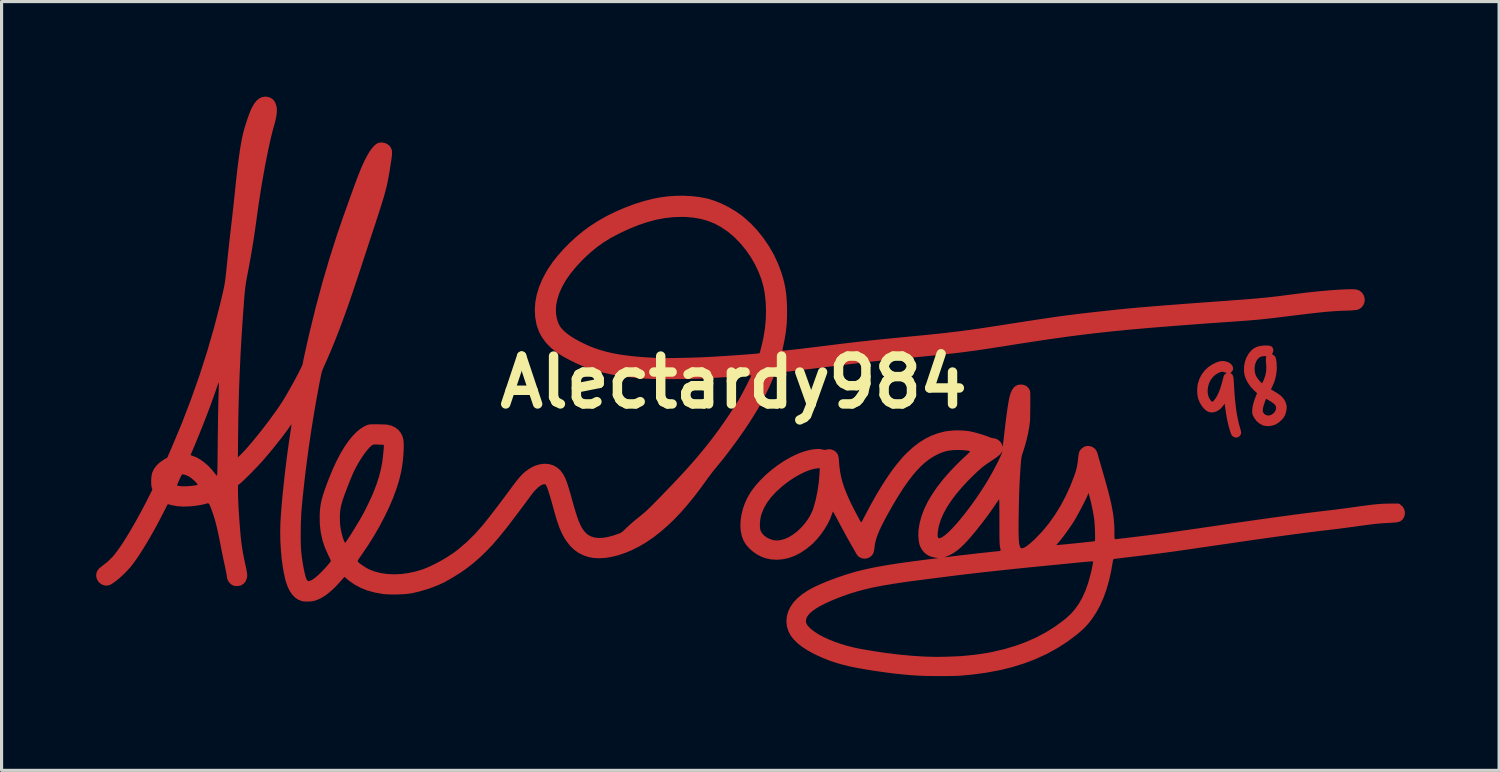
<source format=kicad_pcb>
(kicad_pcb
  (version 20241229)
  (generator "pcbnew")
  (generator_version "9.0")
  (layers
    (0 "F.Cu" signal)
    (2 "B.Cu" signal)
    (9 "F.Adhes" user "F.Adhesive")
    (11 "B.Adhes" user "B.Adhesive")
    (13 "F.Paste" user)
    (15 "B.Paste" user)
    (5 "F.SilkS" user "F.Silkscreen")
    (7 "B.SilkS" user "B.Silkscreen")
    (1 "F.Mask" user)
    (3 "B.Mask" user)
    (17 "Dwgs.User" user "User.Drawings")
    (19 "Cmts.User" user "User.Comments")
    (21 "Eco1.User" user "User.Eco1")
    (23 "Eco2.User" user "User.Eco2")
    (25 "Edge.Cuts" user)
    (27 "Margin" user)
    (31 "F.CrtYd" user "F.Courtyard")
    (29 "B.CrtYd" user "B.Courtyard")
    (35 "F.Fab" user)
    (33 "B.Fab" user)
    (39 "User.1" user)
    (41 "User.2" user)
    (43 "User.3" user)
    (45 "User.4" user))
  (footprint "Alectardy984"
    (layer "F.Cu")
    (at 20.306 9.12)
    (property "Reference" "Alectardy984" (at 0 0 0) (layer "F.SilkS") (effects (font (size 1.524 1.524) (thickness 0.3))))
    (attr board_only exclude_from_pos_files exclude_from_bom)
    (fp_poly (pts (xy 15.617 -0.674) (xy 15.697 -0.657) (xy 15.774 -0.625) (xy 15.834 -0.58) (xy 15.876 -0.527) (xy 15.898 -0.469) (xy 15.898 -0.411) (xy 15.874 -0.357) (xy 15.85 -0.33) (xy 15.814 -0.295) (xy 15.844 -0.274) (xy 15.871 -0.251) (xy 15.89 -0.22) (xy 15.904 -0.177) (xy 15.914 -0.117) (xy 15.921 -0.036) (xy 15.923 0.007) (xy 15.938 0.261) (xy 15.955 0.491) (xy 15.976 0.697) (xy 15.999 0.884) (xy 16.027 1.054) (xy 16.058 1.21) (xy 16.093 1.354) (xy 16.115 1.429) (xy 16.137 1.507) (xy 16.15 1.564) (xy 16.155 1.606) (xy 16.152 1.638) (xy 16.141 1.666) (xy 16.134 1.679) (xy 16.09 1.73) (xy 16.034 1.757) (xy 15.972 1.759) (xy 15.909 1.734) (xy 15.9 1.729) (xy 15.876 1.71) (xy 15.858 1.689) (xy 15.841 1.659) (xy 15.823 1.613) (xy 15.801 1.548) (xy 15.798 1.539) (xy 15.755 1.388) (xy 15.715 1.216) (xy 15.68 1.028) (xy 15.655 0.858) (xy 15.631 0.679) (xy 15.578 0.753) (xy 15.504 0.838) (xy 15.421 0.901) (xy 15.333 0.942) (xy 15.242 0.96) (xy 15.153 0.953) (xy 15.09 0.93) (xy 15.018 0.883) (xy 14.948 0.812) (xy 14.884 0.725) (xy 14.829 0.626) (xy 14.788 0.522) (xy 14.779 0.49) (xy 14.763 0.399) (xy 14.756 0.291) (xy 14.758 0.242) (xy 15.089 0.242) (xy 15.092 0.352) (xy 15.117 0.452) (xy 15.121 0.463) (xy 15.144 0.511) (xy 15.172 0.557) (xy 15.2 0.595) (xy 15.223 0.617) (xy 15.232 0.621) (xy 15.252 0.611) (xy 15.28 0.588) (xy 15.285 0.582) (xy 15.341 0.512) (xy 15.394 0.424) (xy 15.444 0.317) (xy 15.492 0.188) (xy 15.539 0.035) (xy 15.586 -0.144) (xy 15.586 -0.144) (xy 15.602 -0.2) (xy 15.619 -0.235) (xy 15.641 -0.258) (xy 15.651 -0.265) (xy 15.693 -0.291) (xy 15.636 -0.317) (xy 15.568 -0.336) (xy 15.528 -0.334) (xy 15.471 -0.316) (xy 15.403 -0.282) (xy 15.334 -0.236) (xy 15.271 -0.183) (xy 15.258 -0.169) (xy 15.191 -0.083) (xy 15.14 0.018) (xy 15.105 0.129) (xy 15.089 0.242) (xy 14.758 0.242) (xy 14.759 0.18) (xy 14.771 0.075) (xy 14.781 0.028) (xy 14.83 -0.118) (xy 14.903 -0.255) (xy 14.997 -0.378) (xy 15.11 -0.484) (xy 15.237 -0.569) (xy 15.25 -0.576) (xy 15.359 -0.628) (xy 15.453 -0.661) (xy 15.538 -0.676)) (stroke (width 0) (type solid)) (fill yes) (layer "F.Cu"))
    (fp_poly (pts (xy 17.018 -1.169) (xy 17.074 -1.161) (xy 17.113 -1.146) (xy 17.142 -1.122) (xy 17.16 -1.097) (xy 17.18 -1.04) (xy 17.176 -0.977) (xy 17.152 -0.923) (xy 17.143 -0.903) (xy 17.149 -0.888) (xy 17.176 -0.871) (xy 17.184 -0.867) (xy 17.216 -0.845) (xy 17.24 -0.815) (xy 17.258 -0.773) (xy 17.272 -0.713) (xy 17.283 -0.632) (xy 17.285 -0.609) (xy 17.291 -0.415) (xy 17.269 -0.224) (xy 17.22 -0.037) (xy 17.146 0.14) (xy 17.103 0.223) (xy 17.17 0.265) (xy 17.219 0.295) (xy 17.278 0.331) (xy 17.323 0.358) (xy 17.424 0.432) (xy 17.506 0.52) (xy 17.565 0.619) (xy 17.599 0.725) (xy 17.604 0.754) (xy 17.605 0.826) (xy 17.593 0.91) (xy 17.571 0.996) (xy 17.54 1.072) (xy 17.538 1.076) (xy 17.494 1.143) (xy 17.43 1.213) (xy 17.356 1.277) (xy 17.278 1.329) (xy 17.248 1.344) (xy 17.154 1.377) (xy 17.052 1.394) (xy 16.953 1.394) (xy 16.864 1.377) (xy 16.844 1.37) (xy 16.735 1.311) (xy 16.642 1.23) (xy 16.567 1.126) (xy 16.549 1.094) (xy 16.525 1.043) (xy 16.512 1) (xy 16.507 0.952) (xy 16.506 0.903) (xy 16.506 0.903) (xy 16.843 0.903) (xy 16.849 0.94) (xy 16.881 0.997) (xy 16.931 1.036) (xy 16.992 1.056) (xy 17.058 1.055) (xy 17.123 1.031) (xy 17.138 1.022) (xy 17.197 0.975) (xy 17.235 0.927) (xy 17.259 0.87) (xy 17.268 0.816) (xy 17.262 0.768) (xy 17.238 0.723) (xy 17.194 0.678) (xy 17.127 0.63) (xy 17.062 0.59) (xy 16.949 0.524) (xy 16.912 0.622) (xy 16.872 0.737) (xy 16.849 0.831) (xy 16.843 0.903) (xy 16.506 0.903) (xy 16.516 0.802) (xy 16.542 0.683) (xy 16.583 0.55) (xy 16.622 0.445) (xy 16.662 0.346) (xy 16.572 0.263) (xy 16.46 0.146) (xy 16.369 0.018) (xy 16.301 -0.117) (xy 16.265 -0.227) (xy 16.245 -0.363) (xy 16.247 -0.459) (xy 16.584 -0.459) (xy 16.588 -0.353) (xy 16.61 -0.252) (xy 16.63 -0.203) (xy 16.653 -0.164) (xy 16.685 -0.117) (xy 16.722 -0.069) (xy 16.759 -0.025) (xy 16.792 0.008) (xy 16.815 0.027) (xy 16.821 0.028) (xy 16.831 0.016) (xy 16.848 -0.016) (xy 16.869 -0.062) (xy 16.876 -0.077) (xy 16.925 -0.217) (xy 16.951 -0.349) (xy 16.957 -0.482) (xy 16.954 -0.536) (xy 16.947 -0.625) (xy 16.943 -0.69) (xy 16.942 -0.737) (xy 16.945 -0.771) (xy 16.951 -0.796) (xy 16.952 -0.801) (xy 16.957 -0.819) (xy 16.95 -0.829) (xy 16.925 -0.832) (xy 16.891 -0.833) (xy 16.808 -0.823) (xy 16.741 -0.794) (xy 16.684 -0.742) (xy 16.681 -0.739) (xy 16.632 -0.659) (xy 16.599 -0.563) (xy 16.584 -0.459) (xy 16.247 -0.459) (xy 16.248 -0.505) (xy 16.274 -0.646) (xy 16.321 -0.781) (xy 16.388 -0.902) (xy 16.416 -0.941) (xy 16.493 -1.026) (xy 16.576 -1.09) (xy 16.668 -1.134) (xy 16.775 -1.16) (xy 16.901 -1.171) (xy 16.94 -1.171)) (stroke (width 0) (type solid)) (fill yes) (layer "F.Cu"))
    (fp_poly (pts (xy 9.236 0.082) (xy 9.315 0.117) (xy 9.379 0.175) (xy 9.416 0.233) (xy 9.424 0.25) (xy 9.431 0.267) (xy 9.436 0.289) (xy 9.44 0.319) (xy 9.442 0.359) (xy 9.443 0.413) (xy 9.444 0.485) (xy 9.444 0.577) (xy 9.443 0.693) (xy 9.443 0.734) (xy 9.442 0.847) (xy 9.44 0.955) (xy 9.439 1.053) (xy 9.437 1.137) (xy 9.435 1.202) (xy 9.433 1.246) (xy 9.432 1.256) (xy 9.409 1.427) (xy 9.375 1.614) (xy 9.331 1.808) (xy 9.28 2) (xy 9.223 2.182) (xy 9.216 2.205) (xy 9.196 2.264) (xy 9.18 2.313) (xy 9.169 2.36) (xy 9.16 2.41) (xy 9.152 2.469) (xy 9.146 2.543) (xy 9.138 2.638) (xy 9.137 2.649) (xy 9.125 2.819) (xy 9.114 2.98) (xy 9.106 3.138) (xy 9.098 3.296) (xy 9.091 3.459) (xy 9.086 3.634) (xy 9.081 3.825) (xy 9.077 4.036) (xy 9.075 4.156) (xy 9.072 4.358) (xy 9.07 4.534) (xy 9.07 4.686) (xy 9.071 4.816) (xy 9.074 4.925) (xy 9.078 5.016) (xy 9.084 5.09) (xy 9.092 5.15) (xy 9.103 5.197) (xy 9.115 5.234) (xy 9.129 5.262) (xy 9.134 5.269) (xy 9.163 5.286) (xy 9.208 5.28) (xy 9.27 5.252) (xy 9.347 5.201) (xy 9.37 5.182) (xy 10.273 5.182) (xy 10.286 5.182) (xy 10.324 5.179) (xy 10.384 5.174) (xy 10.46 5.167) (xy 10.551 5.159) (xy 10.653 5.149) (xy 10.762 5.138) (xy 10.875 5.126) (xy 10.988 5.115) (xy 11.098 5.103) (xy 11.202 5.092) (xy 11.296 5.082) (xy 11.376 5.073) (xy 11.439 5.066) (xy 11.481 5.06) (xy 11.5 5.057) (xy 11.5 5.057) (xy 11.504 5.039) (xy 11.506 4.997) (xy 11.506 4.937) (xy 11.505 4.863) (xy 11.503 4.779) (xy 11.5 4.69) (xy 11.496 4.602) (xy 11.491 4.517) (xy 11.486 4.442) (xy 11.48 4.381) (xy 11.479 4.374) (xy 11.464 4.27) (xy 11.442 4.147) (xy 11.417 4.014) (xy 11.388 3.878) (xy 11.358 3.749) (xy 11.33 3.641) (xy 11.297 3.521) (xy 11.269 3.591) (xy 11.242 3.653) (xy 11.204 3.735) (xy 11.157 3.83) (xy 11.103 3.935) (xy 11.046 4.044) (xy 10.988 4.152) (xy 10.931 4.254) (xy 10.88 4.346) (xy 10.835 4.421) (xy 10.83 4.429) (xy 10.759 4.538) (xy 10.679 4.655) (xy 10.595 4.773) (xy 10.511 4.887) (xy 10.431 4.99) (xy 10.361 5.076) (xy 10.349 5.089) (xy 10.314 5.13) (xy 10.287 5.162) (xy 10.274 5.18) (xy 10.273 5.182) (xy 9.37 5.182) (xy 9.439 5.127) (xy 9.547 5.031) (xy 9.593 4.988) (xy 9.815 4.758) (xy 10.026 4.503) (xy 10.224 4.227) (xy 10.407 3.93) (xy 10.574 3.615) (xy 10.724 3.284) (xy 10.84 2.985) (xy 10.886 2.848) (xy 10.92 2.725) (xy 10.944 2.603) (xy 10.961 2.473) (xy 10.965 2.428) (xy 10.975 2.339) (xy 10.986 2.272) (xy 11 2.221) (xy 11.021 2.179) (xy 11.05 2.14) (xy 11.075 2.113) (xy 11.145 2.059) (xy 11.225 2.03) (xy 11.31 2.026) (xy 11.398 2.049) (xy 11.441 2.07) (xy 11.503 2.118) (xy 11.551 2.185) (xy 11.586 2.275) (xy 11.592 2.299) (xy 11.602 2.334) (xy 11.618 2.392) (xy 11.64 2.47) (xy 11.667 2.563) (xy 11.697 2.667) (xy 11.729 2.779) (xy 11.754 2.863) (xy 11.824 3.108) (xy 11.886 3.329) (xy 11.939 3.529) (xy 11.984 3.711) (xy 12.022 3.877) (xy 12.052 4.031) (xy 12.077 4.174) (xy 12.095 4.31) (xy 12.108 4.442) (xy 12.117 4.572) (xy 12.121 4.704) (xy 12.121 4.783) (xy 12.122 4.868) (xy 12.124 4.928) (xy 12.127 4.967) (xy 12.132 4.988) (xy 12.139 4.995) (xy 12.14 4.995) (xy 12.161 4.994) (xy 12.207 4.989) (xy 12.274 4.981) (xy 12.36 4.971) (xy 12.461 4.96) (xy 12.574 4.946) (xy 12.697 4.931) (xy 12.826 4.916) (xy 12.957 4.9) (xy 13.088 4.884) (xy 13.215 4.868) (xy 13.336 4.853) (xy 13.447 4.839) (xy 13.545 4.827) (xy 13.61 4.818) (xy 13.687 4.808) (xy 13.789 4.794) (xy 13.912 4.777) (xy 14.054 4.756) (xy 14.21 4.734) (xy 14.379 4.71) (xy 14.556 4.684) (xy 14.738 4.658) (xy 14.923 4.631) (xy 15.085 4.607) (xy 15.505 4.546) (xy 15.9 4.488) (xy 16.269 4.435) (xy 16.615 4.385) (xy 16.938 4.34) (xy 17.242 4.297) (xy 17.526 4.258) (xy 17.793 4.222) (xy 18.043 4.189) (xy 18.28 4.159) (xy 18.502 4.131) (xy 18.714 4.105) (xy 18.915 4.081) (xy 19.001 4.071) (xy 19.103 4.059) (xy 19.226 4.044) (xy 19.362 4.026) (xy 19.503 4.008) (xy 19.641 3.989) (xy 19.763 3.972) (xy 19.945 3.946) (xy 20.103 3.925) (xy 20.241 3.907) (xy 20.361 3.893) (xy 20.468 3.882) (xy 20.566 3.874) (xy 20.658 3.868) (xy 20.747 3.864) (xy 20.837 3.862) (xy 20.899 3.861) (xy 21.174 3.859) (xy 21.239 3.905) (xy 21.303 3.965) (xy 21.345 4.038) (xy 21.367 4.12) (xy 21.367 4.204) (xy 21.346 4.285) (xy 21.302 4.358) (xy 21.277 4.384) (xy 21.245 4.41) (xy 21.209 4.431) (xy 21.164 4.446) (xy 21.106 4.457) (xy 21.031 4.466) (xy 20.933 4.472) (xy 20.884 4.475) (xy 20.788 4.48) (xy 20.699 4.485) (xy 20.614 4.491) (xy 20.529 4.498) (xy 20.44 4.507) (xy 20.342 4.518) (xy 20.232 4.532) (xy 20.105 4.549) (xy 19.957 4.569) (xy 19.833 4.586) (xy 19.696 4.605) (xy 19.547 4.625) (xy 19.394 4.645) (xy 19.246 4.664) (xy 19.108 4.681) (xy 18.988 4.695) (xy 18.958 4.699) (xy 18.803 4.717) (xy 18.643 4.736) (xy 18.477 4.757) (xy 18.304 4.778) (xy 18.121 4.802) (xy 17.928 4.827) (xy 17.724 4.855) (xy 17.506 4.884) (xy 17.274 4.916) (xy 17.025 4.951) (xy 16.759 4.989) (xy 16.475 5.029) (xy 16.17 5.073) (xy 15.843 5.121) (xy 15.493 5.172) (xy 15.118 5.226) (xy 14.717 5.285) (xy 14.584 5.305) (xy 14.173 5.364) (xy 13.773 5.419) (xy 13.373 5.471) (xy 12.962 5.521) (xy 12.7 5.552) (xy 12.577 5.567) (xy 12.461 5.58) (xy 12.357 5.593) (xy 12.267 5.604) (xy 12.195 5.613) (xy 12.143 5.619) (xy 12.115 5.623) (xy 12.112 5.624) (xy 12.09 5.636) (xy 12.078 5.664) (xy 12.072 5.69) (xy 12.015 6.018) (xy 11.947 6.322) (xy 11.866 6.602) (xy 11.774 6.86) (xy 11.668 7.098) (xy 11.549 7.318) (xy 11.417 7.52) (xy 11.33 7.634) (xy 11.255 7.723) (xy 11.179 7.805) (xy 11.095 7.886) (xy 10.998 7.97) (xy 10.907 8.045) (xy 10.61 8.267) (xy 10.298 8.467) (xy 9.969 8.647) (xy 9.622 8.806) (xy 9.259 8.946) (xy 8.876 9.065) (xy 8.476 9.164) (xy 8.056 9.243) (xy 7.616 9.303) (xy 7.197 9.341) (xy 7.114 9.345) (xy 7.008 9.349) (xy 6.884 9.351) (xy 6.747 9.353) (xy 6.601 9.353) (xy 6.453 9.353) (xy 6.306 9.351) (xy 6.165 9.349) (xy 6.037 9.345) (xy 5.925 9.341) (xy 5.905 9.34) (xy 5.661 9.325) (xy 5.407 9.303) (xy 5.139 9.275) (xy 4.855 9.239) (xy 4.552 9.196) (xy 4.224 9.145) (xy 4.212 9.143) (xy 3.937 9.095) (xy 3.686 9.043) (xy 3.453 8.986) (xy 3.236 8.922) (xy 3.028 8.851) (xy 2.826 8.77) (xy 2.624 8.678) (xy 2.554 8.644) (xy 2.35 8.533) (xy 2.173 8.418) (xy 2.024 8.299) (xy 1.902 8.176) (xy 1.806 8.047) (xy 1.738 7.913) (xy 1.696 7.774) (xy 1.679 7.628) (xy 1.679 7.61) (xy 1.68 7.6) (xy 2.3 7.6) (xy 2.307 7.654) (xy 2.329 7.706) (xy 2.369 7.762) (xy 2.431 7.826) (xy 2.446 7.841) (xy 2.556 7.929) (xy 2.691 8.017) (xy 2.848 8.103) (xy 3.023 8.184) (xy 3.215 8.261) (xy 3.418 8.332) (xy 3.632 8.395) (xy 3.851 8.449) (xy 4.036 8.487) (xy 4.465 8.56) (xy 4.884 8.622) (xy 5.289 8.671) (xy 5.677 8.707) (xy 6.045 8.73) (xy 6.138 8.734) (xy 6.248 8.737) (xy 6.348 8.74) (xy 6.443 8.741) (xy 6.54 8.741) (xy 6.642 8.739) (xy 6.757 8.737) (xy 6.89 8.732) (xy 7.034 8.727) (xy 7.23 8.717) (xy 7.44 8.699) (xy 7.656 8.676) (xy 7.87 8.647) (xy 8.071 8.616) (xy 8.234 8.585) (xy 8.619 8.494) (xy 8.983 8.386) (xy 9.326 8.259) (xy 9.651 8.114) (xy 9.957 7.95) (xy 10.247 7.766) (xy 10.521 7.562) (xy 10.585 7.51) (xy 10.736 7.37) (xy 10.872 7.214) (xy 10.994 7.041) (xy 11.102 6.848) (xy 11.198 6.634) (xy 11.282 6.397) (xy 11.356 6.135) (xy 11.357 6.131) (xy 11.378 6.046) (xy 11.397 5.961) (xy 11.414 5.881) (xy 11.428 5.81) (xy 11.438 5.753) (xy 11.442 5.716) (xy 11.442 5.703) (xy 11.427 5.702) (xy 11.388 5.703) (xy 11.327 5.707) (xy 11.248 5.713) (xy 11.155 5.721) (xy 11.05 5.731) (xy 10.986 5.737) (xy 10.857 5.75) (xy 10.708 5.765) (xy 10.546 5.781) (xy 10.38 5.797) (xy 10.216 5.813) (xy 10.064 5.828) (xy 10.005 5.834) (xy 9.667 5.867) (xy 9.333 5.9) (xy 9.004 5.934) (xy 8.684 5.968) (xy 8.374 6.001) (xy 8.077 6.033) (xy 7.795 6.065) (xy 7.531 6.095) (xy 7.288 6.124) (xy 7.067 6.151) (xy 6.871 6.176) (xy 6.83 6.181) (xy 6.763 6.19) (xy 6.674 6.202) (xy 6.568 6.215) (xy 6.451 6.23) (xy 6.328 6.245) (xy 6.204 6.261) (xy 6.167 6.266) (xy 5.851 6.306) (xy 5.561 6.345) (xy 5.295 6.383) (xy 5.051 6.42) (xy 4.825 6.458) (xy 4.616 6.497) (xy 4.421 6.536) (xy 4.239 6.577) (xy 4.067 6.62) (xy 3.902 6.666) (xy 3.743 6.715) (xy 3.586 6.767) (xy 3.431 6.824) (xy 3.32 6.866) (xy 3.1 6.956) (xy 2.908 7.044) (xy 2.743 7.129) (xy 2.605 7.212) (xy 2.493 7.293) (xy 2.407 7.372) (xy 2.346 7.45) (xy 2.311 7.527) (xy 2.3 7.6) (xy 1.68 7.6) (xy 1.693 7.452) (xy 1.734 7.3) (xy 1.803 7.155) (xy 1.898 7.015) (xy 2.02 6.883) (xy 2.169 6.757) (xy 2.343 6.639) (xy 2.544 6.528) (xy 2.589 6.506) (xy 2.789 6.415) (xy 3.01 6.324) (xy 3.249 6.234) (xy 3.484 6.152) (xy 3.63 6.105) (xy 3.777 6.061) (xy 3.927 6.019) (xy 4.083 5.98) (xy 4.245 5.942) (xy 4.417 5.906) (xy 4.601 5.87) (xy 4.798 5.835) (xy 5.011 5.8) (xy 5.242 5.765) (xy 5.493 5.729) (xy 5.766 5.692) (xy 6.064 5.653) (xy 6.322 5.621) (xy 6.526 5.596) (xy 6.432 5.585) (xy 6.361 5.57) (xy 6.713 5.57) (xy 6.721 5.571) (xy 6.75 5.568) (xy 6.752 5.567) (xy 6.786 5.563) (xy 6.841 5.556) (xy 6.911 5.547) (xy 6.991 5.537) (xy 7.034 5.532) (xy 7.113 5.522) (xy 7.21 5.511) (xy 7.321 5.498) (xy 7.444 5.484) (xy 7.573 5.469) (xy 7.705 5.454) (xy 7.836 5.439) (xy 7.962 5.425) (xy 8.079 5.413) (xy 8.183 5.401) (xy 8.269 5.392) (xy 8.335 5.385) (xy 8.37 5.382) (xy 8.424 5.376) (xy 8.466 5.37) (xy 8.491 5.365) (xy 8.492 5.364) (xy 8.498 5.344) (xy 8.492 5.3) (xy 8.483 5.263) (xy 8.478 5.24) (xy 8.473 5.212) (xy 8.47 5.178) (xy 8.467 5.135) (xy 8.464 5.081) (xy 8.463 5.012) (xy 8.461 4.927) (xy 8.46 4.823) (xy 8.46 4.698) (xy 8.46 4.548) (xy 8.46 4.442) (xy 8.459 4.302) (xy 8.459 4.171) (xy 8.458 4.052) (xy 8.457 3.947) (xy 8.456 3.859) (xy 8.455 3.791) (xy 8.453 3.745) (xy 8.451 3.724) (xy 8.451 3.723) (xy 8.44 3.737) (xy 8.417 3.771) (xy 8.383 3.82) (xy 8.342 3.881) (xy 8.304 3.937) (xy 8.128 4.188) (xy 7.931 4.452) (xy 7.712 4.728) (xy 7.685 4.761) (xy 7.551 4.92) (xy 7.43 5.057) (xy 7.318 5.174) (xy 7.214 5.273) (xy 7.114 5.355) (xy 7.017 5.424) (xy 6.92 5.48) (xy 6.821 5.527) (xy 6.77 5.547) (xy 6.729 5.563) (xy 6.713 5.57) (xy 6.361 5.57) (xy 6.301 5.557) (xy 6.184 5.507) (xy 6.084 5.436) (xy 6.003 5.345) (xy 5.942 5.236) (xy 5.919 5.172) (xy 5.897 5.075) (xy 5.883 4.962) (xy 5.878 4.842) (xy 5.879 4.827) (xy 6.494 4.827) (xy 6.495 4.898) (xy 6.505 4.943) (xy 6.525 4.964) (xy 6.538 4.966) (xy 6.569 4.96) (xy 6.611 4.943) (xy 6.628 4.935) (xy 6.701 4.888) (xy 6.786 4.819) (xy 6.882 4.729) (xy 6.987 4.621) (xy 7.1 4.496) (xy 7.218 4.357) (xy 7.341 4.205) (xy 7.467 4.042) (xy 7.594 3.871) (xy 7.72 3.693) (xy 7.844 3.511) (xy 7.964 3.326) (xy 8.047 3.194) (xy 8.108 3.091) (xy 8.171 2.981) (xy 8.235 2.868) (xy 8.296 2.754) (xy 8.355 2.643) (xy 8.409 2.537) (xy 8.456 2.44) (xy 8.496 2.356) (xy 8.526 2.286) (xy 8.545 2.234) (xy 8.551 2.204) (xy 8.546 2.198) (xy 8.535 2.216) (xy 8.532 2.223) (xy 8.514 2.255) (xy 8.489 2.287) (xy 8.452 2.323) (xy 8.401 2.364) (xy 8.333 2.414) (xy 8.246 2.473) (xy 8.177 2.519) (xy 8.075 2.587) (xy 7.989 2.649) (xy 7.91 2.71) (xy 7.831 2.778) (xy 7.742 2.859) (xy 7.721 2.878) (xy 7.484 3.109) (xy 7.272 3.336) (xy 7.084 3.558) (xy 6.922 3.775) (xy 6.785 3.986) (xy 6.674 4.19) (xy 6.589 4.388) (xy 6.531 4.579) (xy 6.503 4.731) (xy 6.494 4.827) (xy 5.879 4.827) (xy 5.883 4.725) (xy 5.885 4.703) (xy 5.92 4.482) (xy 5.98 4.259) (xy 6.066 4.034) (xy 6.177 3.804) (xy 6.315 3.571) (xy 6.479 3.332) (xy 6.67 3.088) (xy 6.736 3.011) (xy 6.846 2.886) (xy 6.969 2.753) (xy 7.098 2.62) (xy 7.226 2.493) (xy 7.346 2.38) (xy 7.379 2.35) (xy 7.433 2.301) (xy 7.477 2.257) (xy 7.509 2.224) (xy 7.524 2.203) (xy 7.525 2.199) (xy 7.5 2.188) (xy 7.451 2.177) (xy 7.384 2.168) (xy 7.302 2.161) (xy 7.212 2.157) (xy 7.118 2.155) (xy 7.112 2.155) (xy 6.963 2.161) (xy 6.831 2.178) (xy 6.706 2.209) (xy 6.58 2.255) (xy 6.467 2.307) (xy 6.335 2.38) (xy 6.205 2.466) (xy 6.077 2.567) (xy 5.949 2.685) (xy 5.82 2.82) (xy 5.69 2.974) (xy 5.557 3.148) (xy 5.42 3.343) (xy 5.279 3.561) (xy 5.131 3.802) (xy 4.977 4.069) (xy 4.889 4.226) (xy 4.791 4.408) (xy 4.709 4.569) (xy 4.641 4.714) (xy 4.587 4.844) (xy 4.545 4.962) (xy 4.515 5.072) (xy 4.494 5.175) (xy 4.487 5.232) (xy 4.476 5.319) (xy 4.464 5.384) (xy 4.449 5.433) (xy 4.43 5.472) (xy 4.403 5.508) (xy 4.398 5.514) (xy 4.33 5.571) (xy 4.252 5.605) (xy 4.167 5.616) (xy 4.083 5.604) (xy 4.004 5.568) (xy 3.96 5.534) (xy 3.931 5.5) (xy 3.9 5.452) (xy 3.882 5.419) (xy 3.851 5.362) (xy 3.815 5.299) (xy 3.794 5.263) (xy 3.772 5.228) (xy 3.74 5.171) (xy 3.698 5.097) (xy 3.648 5.008) (xy 3.593 4.908) (xy 3.535 4.801) (xy 3.475 4.69) (xy 3.415 4.579) (xy 3.357 4.471) (xy 3.304 4.37) (xy 3.266 4.299) (xy 3.231 4.233) (xy 3.2 4.178) (xy 3.176 4.139) (xy 3.161 4.117) (xy 3.157 4.116) (xy 3.15 4.135) (xy 3.137 4.172) (xy 3.126 4.205) (xy 3.069 4.354) (xy 2.991 4.512) (xy 2.896 4.671) (xy 2.788 4.827) (xy 2.671 4.974) (xy 2.548 5.106) (xy 2.493 5.158) (xy 2.312 5.307) (xy 2.128 5.429) (xy 1.941 5.525) (xy 1.752 5.594) (xy 1.561 5.635) (xy 1.371 5.65) (xy 1.182 5.637) (xy 1.041 5.608) (xy 0.897 5.559) (xy 0.757 5.488) (xy 0.625 5.399) (xy 0.506 5.296) (xy 0.405 5.182) (xy 0.326 5.061) (xy 0.31 5.029) (xy 0.257 4.888) (xy 0.225 4.732) (xy 0.214 4.565) (xy 0.216 4.515) (xy 0.835 4.515) (xy 0.836 4.604) (xy 0.845 4.679) (xy 0.853 4.71) (xy 0.895 4.795) (xy 0.962 4.872) (xy 1.049 4.938) (xy 1.153 4.99) (xy 1.229 5.015) (xy 1.298 5.03) (xy 1.361 5.036) (xy 1.432 5.032) (xy 1.494 5.023) (xy 1.622 4.989) (xy 1.753 4.931) (xy 1.884 4.852) (xy 2.013 4.754) (xy 2.136 4.64) (xy 2.249 4.514) (xy 2.352 4.378) (xy 2.439 4.235) (xy 2.508 4.089) (xy 2.537 4.008) (xy 2.61 3.748) (xy 2.667 3.474) (xy 2.709 3.194) (xy 2.732 2.922) (xy 2.742 2.733) (xy 2.651 2.742) (xy 2.528 2.763) (xy 2.39 2.805) (xy 2.241 2.866) (xy 2.085 2.944) (xy 1.925 3.037) (xy 1.764 3.144) (xy 1.605 3.263) (xy 1.531 3.323) (xy 1.347 3.491) (xy 1.19 3.661) (xy 1.062 3.833) (xy 0.962 4.008) (xy 0.89 4.185) (xy 0.875 4.233) (xy 0.855 4.321) (xy 0.841 4.418) (xy 0.835 4.515) (xy 0.216 4.515) (xy 0.222 4.389) (xy 0.249 4.208) (xy 0.295 4.025) (xy 0.359 3.844) (xy 0.44 3.669) (xy 0.538 3.502) (xy 0.578 3.443) (xy 0.714 3.267) (xy 0.869 3.097) (xy 1.039 2.932) (xy 1.221 2.777) (xy 1.411 2.634) (xy 1.607 2.503) (xy 1.805 2.389) (xy 2.002 2.293) (xy 2.194 2.217) (xy 2.378 2.164) (xy 2.434 2.152) (xy 2.551 2.133) (xy 2.647 2.123) (xy 2.725 2.122) (xy 2.791 2.131) (xy 2.816 2.137) (xy 2.87 2.151) (xy 2.91 2.152) (xy 2.939 2.146) (xy 3.023 2.131) (xy 3.11 2.139) (xy 3.191 2.17) (xy 3.25 2.213) (xy 3.29 2.258) (xy 3.318 2.308) (xy 3.337 2.37) (xy 3.348 2.451) (xy 3.351 2.492) (xy 3.366 2.675) (xy 3.389 2.847) (xy 3.421 3.013) (xy 3.464 3.177) (xy 3.519 3.346) (xy 3.588 3.523) (xy 3.671 3.716) (xy 3.718 3.817) (xy 3.748 3.879) (xy 3.786 3.956) (xy 3.83 4.041) (xy 3.877 4.131) (xy 3.923 4.22) (xy 3.967 4.302) (xy 4.005 4.371) (xy 4.034 4.424) (xy 4.045 4.441) (xy 4.052 4.451) (xy 4.06 4.452) (xy 4.071 4.443) (xy 4.087 4.421) (xy 4.109 4.381) (xy 4.141 4.322) (xy 4.181 4.243) (xy 4.363 3.9) (xy 4.542 3.581) (xy 4.72 3.286) (xy 4.895 3.017) (xy 5.066 2.773) (xy 5.235 2.556) (xy 5.399 2.365) (xy 5.503 2.258) (xy 5.696 2.08) (xy 5.89 1.929) (xy 6.088 1.803) (xy 6.292 1.701) (xy 6.504 1.622) (xy 6.727 1.565) (xy 6.738 1.563) (xy 6.859 1.545) (xy 6.997 1.534) (xy 7.144 1.531) (xy 7.29 1.535) (xy 7.425 1.547) (xy 7.5 1.558) (xy 7.597 1.578) (xy 7.709 1.606) (xy 7.827 1.639) (xy 7.942 1.674) (xy 8.044 1.709) (xy 8.112 1.735) (xy 8.167 1.755) (xy 8.216 1.771) (xy 8.25 1.778) (xy 8.253 1.778) (xy 8.333 1.791) (xy 8.41 1.826) (xy 8.475 1.878) (xy 8.524 1.943) (xy 8.543 1.988) (xy 8.562 2.053) (xy 8.57 2.004) (xy 8.574 1.977) (xy 8.58 1.926) (xy 8.589 1.856) (xy 8.599 1.77) (xy 8.61 1.674) (xy 8.622 1.573) (xy 8.643 1.39) (xy 8.665 1.213) (xy 8.687 1.047) (xy 8.708 0.895) (xy 8.728 0.759) (xy 8.747 0.642) (xy 8.764 0.547) (xy 8.778 0.48) (xy 8.815 0.35) (xy 8.86 0.247) (xy 8.914 0.169) (xy 8.978 0.114) (xy 9.053 0.082) (xy 9.139 0.071) (xy 9.141 0.071)) (stroke (width 0) (type solid)) (fill yes) (layer "F.Cu"))
    (fp_poly (pts (xy -14.82 -9.083) (xy -14.739 -9.054) (xy -14.671 -9.008) (xy -14.632 -8.966) (xy -14.588 -8.889) (xy -14.558 -8.806) (xy -14.543 -8.714) (xy -14.542 -8.609) (xy -14.555 -8.489) (xy -14.583 -8.35) (xy -14.625 -8.191) (xy -14.631 -8.172) (xy -14.675 -8.011) (xy -14.722 -7.825) (xy -14.77 -7.617) (xy -14.819 -7.389) (xy -14.869 -7.144) (xy -14.919 -6.885) (xy -14.968 -6.614) (xy -15.017 -6.335) (xy -15.063 -6.05) (xy -15.108 -5.763) (xy -15.15 -5.475) (xy -15.173 -5.308) (xy -15.205 -5.075) (xy -15.235 -4.865) (xy -15.263 -4.672) (xy -15.291 -4.489) (xy -15.32 -4.312) (xy -15.35 -4.133) (xy -15.382 -3.949) (xy -15.418 -3.752) (xy -15.458 -3.538) (xy -15.476 -3.445) (xy -15.496 -3.341) (xy -15.512 -3.251) (xy -15.526 -3.171) (xy -15.537 -3.096) (xy -15.547 -3.022) (xy -15.556 -2.943) (xy -15.565 -2.855) (xy -15.574 -2.753) (xy -15.584 -2.633) (xy -15.594 -2.49) (xy -15.595 -2.478) (xy -15.636 -1.917) (xy -15.671 -1.377) (xy -15.7 -0.853) (xy -15.724 -0.338) (xy -15.744 0.174) (xy -15.759 0.688) (xy -15.77 1.211) (xy -15.775 1.593) (xy -15.783 2.39) (xy -15.71 2.319) (xy -15.625 2.234) (xy -15.527 2.128) (xy -15.419 2.004) (xy -15.302 1.867) (xy -15.181 1.718) (xy -15.055 1.562) (xy -14.93 1.401) (xy -14.806 1.238) (xy -14.687 1.076) (xy -14.574 0.919) (xy -14.47 0.77) (xy -14.393 0.654) (xy -14.344 0.577) (xy -14.289 0.486) (xy -14.229 0.385) (xy -14.167 0.276) (xy -14.102 0.162) (xy -14.038 0.047) (xy -13.976 -0.067) (xy -13.917 -0.177) (xy -13.862 -0.28) (xy -13.815 -0.374) (xy -13.775 -0.454) (xy -13.745 -0.519) (xy -13.726 -0.565) (xy -13.72 -0.588) (xy -13.716 -0.609) (xy -13.708 -0.655) (xy -13.694 -0.721) (xy -13.677 -0.804) (xy -13.656 -0.901) (xy -13.632 -1.009) (xy -13.607 -1.124) (xy -13.58 -1.242) (xy -13.553 -1.361) (xy -13.527 -1.477) (xy -13.506 -1.568) (xy -13.308 -2.375) (xy -13.098 -3.157) (xy -12.875 -3.917) (xy -12.64 -4.657) (xy -12.43 -5.269) (xy -12.345 -5.506) (xy -12.27 -5.719) (xy -12.202 -5.908) (xy -12.141 -6.076) (xy -12.087 -6.226) (xy -12.038 -6.358) (xy -11.994 -6.475) (xy -11.954 -6.578) (xy -11.918 -6.67) (xy -11.885 -6.753) (xy -11.854 -6.828) (xy -11.824 -6.897) (xy -11.794 -6.962) (xy -11.765 -7.025) (xy -11.757 -7.041) (xy -11.674 -7.205) (xy -11.593 -7.342) (xy -11.514 -7.453) (xy -11.438 -7.537) (xy -11.365 -7.595) (xy -11.302 -7.623) (xy -11.212 -7.635) (xy -11.123 -7.623) (xy -11.04 -7.592) (xy -10.97 -7.542) (xy -10.932 -7.497) (xy -10.907 -7.455) (xy -10.89 -7.413) (xy -10.879 -7.367) (xy -10.875 -7.311) (xy -10.878 -7.243) (xy -10.887 -7.157) (xy -10.902 -7.05) (xy -10.91 -7) (xy -10.931 -6.866) (xy -10.95 -6.745) (xy -10.969 -6.635) (xy -10.987 -6.533) (xy -11.005 -6.437) (xy -11.024 -6.344) (xy -11.044 -6.252) (xy -11.067 -6.158) (xy -11.093 -6.061) (xy -11.121 -5.957) (xy -11.154 -5.844) (xy -11.192 -5.721) (xy -11.235 -5.583) (xy -11.284 -5.43) (xy -11.34 -5.257) (xy -11.403 -5.064) (xy -11.474 -4.848) (xy -11.506 -4.75) (xy -11.563 -4.578) (xy -11.623 -4.396) (xy -11.684 -4.209) (xy -11.746 -4.021) (xy -11.806 -3.838) (xy -11.863 -3.665) (xy -11.915 -3.506) (xy -11.961 -3.366) (xy -11.984 -3.297) (xy -12.134 -2.848) (xy -12.279 -2.427) (xy -12.422 -2.03) (xy -12.561 -1.657) (xy -12.699 -1.307) (xy -12.834 -0.978) (xy -12.968 -0.669) (xy -13.03 -0.531) (xy -13.054 -0.477) (xy -13.074 -0.43) (xy -13.091 -0.387) (xy -13.106 -0.342) (xy -13.12 -0.292) (xy -13.134 -0.231) (xy -13.15 -0.156) (xy -13.169 -0.062) (xy -13.192 0.054) (xy -13.281 0.536) (xy -13.367 1.036) (xy -13.449 1.547) (xy -13.525 2.062) (xy -13.595 2.577) (xy -13.657 3.083) (xy -13.711 3.576) (xy -13.75 3.977) (xy -13.76 4.108) (xy -13.769 4.254) (xy -13.775 4.411) (xy -13.78 4.574) (xy -13.782 4.737) (xy -13.783 4.897) (xy -13.782 5.049) (xy -13.778 5.187) (xy -13.773 5.308) (xy -13.765 5.405) (xy -13.764 5.417) (xy -13.745 5.575) (xy -13.723 5.727) (xy -13.699 5.868) (xy -13.674 5.996) (xy -13.649 6.107) (xy -13.625 6.198) (xy -13.601 6.264) (xy -13.597 6.272) (xy -13.574 6.309) (xy -13.546 6.328) (xy -13.509 6.327) (xy -13.457 6.308) (xy -13.421 6.289) (xy -13.362 6.251) (xy -13.291 6.194) (xy -13.21 6.122) (xy -13.122 6.037) (xy -13.033 5.944) (xy -12.945 5.846) (xy -12.862 5.747) (xy -12.833 5.71) (xy -12.826 5.697) (xy -12.827 5.679) (xy -12.835 5.651) (xy -12.854 5.609) (xy -12.884 5.548) (xy -12.898 5.519) (xy -13.007 5.277) (xy -13.09 5.03) (xy -13.145 4.777) (xy -13.175 4.515) (xy -13.178 4.309) (xy -12.536 4.309) (xy -12.534 4.434) (xy -12.527 4.542) (xy -12.514 4.645) (xy -12.492 4.753) (xy -12.476 4.824) (xy -12.457 4.895) (xy -12.436 4.962) (xy -12.414 5.023) (xy -12.394 5.071) (xy -12.378 5.102) (xy -12.366 5.112) (xy -12.365 5.111) (xy -12.354 5.095) (xy -12.33 5.061) (xy -12.297 5.012) (xy -12.258 4.953) (xy -12.242 4.93) (xy -12.193 4.855) (xy -12.135 4.761) (xy -12.069 4.656) (xy -12.002 4.544) (xy -11.935 4.434) (xy -11.874 4.33) (xy -11.826 4.245) (xy -11.791 4.181) (xy -11.747 4.098) (xy -11.698 4) (xy -11.647 3.896) (xy -11.596 3.79) (xy -11.549 3.689) (xy -11.509 3.6) (xy -11.486 3.547) (xy -11.38 3.278) (xy -11.294 3.016) (xy -11.229 2.765) (xy -11.187 2.538) (xy -11.177 2.458) (xy -11.166 2.369) (xy -11.156 2.278) (xy -11.148 2.192) (xy -11.141 2.116) (xy -11.138 2.059) (xy -11.137 2.036) (xy -11.137 1.992) (xy -11.303 1.983) (xy -11.379 1.98) (xy -11.435 1.98) (xy -11.476 1.987) (xy -11.511 2.003) (xy -11.545 2.03) (xy -11.587 2.071) (xy -11.601 2.085) (xy -11.676 2.171) (xy -11.758 2.278) (xy -11.843 2.402) (xy -11.928 2.538) (xy -12.009 2.681) (xy -12.083 2.825) (xy -12.103 2.866) (xy -12.133 2.933) (xy -12.17 3.021) (xy -12.212 3.124) (xy -12.257 3.238) (xy -12.303 3.355) (xy -12.347 3.472) (xy -12.388 3.581) (xy -12.422 3.678) (xy -12.449 3.757) (xy -12.454 3.773) (xy -12.491 3.902) (xy -12.515 4.017) (xy -12.53 4.132) (xy -12.536 4.259) (xy -12.536 4.309) (xy -13.178 4.309) (xy -13.179 4.242) (xy -13.179 4.236) (xy -13.174 4.125) (xy -13.165 4.021) (xy -13.152 3.919) (xy -13.133 3.816) (xy -13.107 3.709) (xy -13.074 3.593) (xy -13.033 3.466) (xy -12.983 3.324) (xy -12.923 3.163) (xy -12.855 2.99) (xy -12.744 2.724) (xy -12.629 2.479) (xy -12.51 2.254) (xy -12.388 2.052) (xy -12.263 1.872) (xy -12.137 1.716) (xy -12.01 1.585) (xy -11.882 1.48) (xy -11.755 1.401) (xy -11.678 1.366) (xy -11.646 1.355) (xy -11.615 1.347) (xy -11.579 1.341) (xy -11.534 1.338) (xy -11.474 1.337) (xy -11.394 1.337) (xy -11.342 1.337) (xy -11.253 1.338) (xy -11.169 1.341) (xy -11.095 1.344) (xy -11.038 1.348) (xy -11.01 1.352) (xy -10.881 1.385) (xy -10.768 1.441) (xy -10.673 1.517) (xy -10.597 1.611) (xy -10.542 1.721) (xy -10.516 1.817) (xy -10.506 1.899) (xy -10.502 2.004) (xy -10.504 2.127) (xy -10.511 2.263) (xy -10.522 2.406) (xy -10.538 2.553) (xy -10.559 2.698) (xy -10.583 2.836) (xy -10.588 2.863) (xy -10.651 3.121) (xy -10.736 3.394) (xy -10.841 3.678) (xy -10.966 3.971) (xy -11.109 4.271) (xy -11.269 4.575) (xy -11.445 4.881) (xy -11.637 5.187) (xy -11.842 5.489) (xy -11.856 5.509) (xy -11.905 5.579) (xy -11.939 5.63) (xy -11.96 5.666) (xy -11.969 5.69) (xy -11.969 5.705) (xy -11.966 5.711) (xy -11.936 5.74) (xy -11.887 5.779) (xy -11.826 5.822) (xy -11.759 5.867) (xy -11.691 5.909) (xy -11.63 5.943) (xy -11.61 5.953) (xy -11.434 6.023) (xy -11.241 6.072) (xy -11.034 6.103) (xy -10.816 6.113) (xy -10.591 6.104) (xy -10.362 6.074) (xy -10.132 6.025) (xy -9.933 5.967) (xy -9.778 5.908) (xy -9.61 5.833) (xy -9.434 5.744) (xy -9.256 5.646) (xy -9.084 5.541) (xy -8.921 5.433) (xy -8.776 5.325) (xy -8.759 5.311) (xy -8.486 5.076) (xy -8.227 4.819) (xy -7.982 4.542) (xy -7.93 4.477) (xy -7.863 4.394) (xy -7.786 4.295) (xy -7.7 4.185) (xy -7.61 4.068) (xy -7.517 3.946) (xy -7.424 3.825) (xy -7.335 3.707) (xy -7.253 3.597) (xy -7.18 3.498) (xy -7.153 3.462) (xy -7.054 3.327) (xy -6.968 3.212) (xy -6.893 3.117) (xy -6.827 3.037) (xy -6.768 2.97) (xy -6.714 2.915) (xy -6.662 2.867) (xy -6.63 2.84) (xy -6.487 2.739) (xy -6.345 2.665) (xy -6.2 2.618) (xy -6.052 2.596) (xy -5.994 2.594) (xy -5.859 2.608) (xy -5.735 2.647) (xy -5.623 2.711) (xy -5.522 2.8) (xy -5.436 2.912) (xy -5.382 3.01) (xy -5.356 3.064) (xy -5.331 3.126) (xy -5.305 3.197) (xy -5.277 3.28) (xy -5.246 3.379) (xy -5.212 3.496) (xy -5.172 3.635) (xy -5.128 3.794) (xy -5.076 3.98) (xy -5.028 4.14) (xy -4.983 4.278) (xy -4.941 4.396) (xy -4.899 4.497) (xy -4.859 4.582) (xy -4.817 4.655) (xy -4.773 4.719) (xy -4.732 4.769) (xy -4.646 4.848) (xy -4.547 4.905) (xy -4.433 4.941) (xy -4.305 4.956) (xy -4.16 4.95) (xy -3.999 4.923) (xy -3.821 4.875) (xy -3.696 4.832) (xy -3.643 4.813) (xy -3.602 4.795) (xy -3.567 4.774) (xy -3.531 4.747) (xy -3.489 4.709) (xy -3.435 4.655) (xy -3.425 4.646) (xy -3.365 4.589) (xy -3.29 4.521) (xy -3.208 4.449) (xy -3.124 4.379) (xy -3.073 4.337) (xy -3.003 4.281) (xy -2.943 4.232) (xy -2.889 4.187) (xy -2.838 4.145) (xy -2.789 4.101) (xy -2.739 4.054) (xy -2.684 4.002) (xy -2.622 3.941) (xy -2.55 3.869) (xy -2.466 3.783) (xy -2.366 3.682) (xy -2.291 3.604) (xy -2.027 3.331) (xy -1.782 3.074) (xy -1.555 2.828) (xy -1.344 2.593) (xy -1.147 2.365) (xy -0.961 2.142) (xy -0.784 1.921) (xy -0.615 1.7) (xy -0.45 1.476) (xy -0.289 1.246) (xy -0.128 1.009) (xy -0.071 0.922) (xy -0.014 0.836) (xy 0.042 0.748) (xy 0.095 0.665) (xy 0.14 0.593) (xy 0.174 0.538) (xy 0.18 0.527) (xy 0.205 0.483) (xy 0.238 0.424) (xy 0.276 0.351) (xy 0.319 0.271) (xy 0.363 0.186) (xy 0.407 0.1) (xy 0.449 0.017) (xy 0.487 -0.059) (xy 0.52 -0.124) (xy 0.544 -0.175) (xy 0.558 -0.207) (xy 0.561 -0.216) (xy 0.549 -0.223) (xy 0.529 -0.221) (xy 0.506 -0.218) (xy 0.458 -0.214) (xy 0.388 -0.208) (xy 0.299 -0.202) (xy 0.194 -0.194) (xy 0.076 -0.186) (xy -0.051 -0.177) (xy -0.185 -0.168) (xy -0.323 -0.159) (xy -0.462 -0.15) (xy -0.598 -0.142) (xy -0.728 -0.134) (xy -0.85 -0.127) (xy -0.942 -0.122) (xy -1.066 -0.116) (xy -1.21 -0.112) (xy -1.369 -0.108) (xy -1.538 -0.105) (xy -1.714 -0.103) (xy -1.893 -0.101) (xy -2.069 -0.101) (xy -2.239 -0.102) (xy -2.399 -0.104) (xy -2.544 -0.106) (xy -2.669 -0.11) (xy -2.772 -0.115) (xy -2.783 -0.115) (xy -3.165 -0.146) (xy -3.522 -0.188) (xy -3.855 -0.242) (xy -4.164 -0.309) (xy -4.45 -0.387) (xy -4.715 -0.478) (xy -4.759 -0.495) (xy -4.861 -0.538) (xy -4.978 -0.591) (xy -5.102 -0.65) (xy -5.227 -0.712) (xy -5.343 -0.773) (xy -5.442 -0.828) (xy -5.465 -0.841) (xy -5.662 -0.972) (xy -5.834 -1.113) (xy -5.98 -1.265) (xy -6.099 -1.427) (xy -6.193 -1.6) (xy -6.261 -1.785) (xy -6.281 -1.859) (xy -6.32 -2.087) (xy -6.331 -2.319) (xy -6.331 -2.321) (xy -5.66 -2.321) (xy -5.654 -2.176) (xy -5.63 -2.037) (xy -5.591 -1.908) (xy -5.538 -1.796) (xy -5.509 -1.752) (xy -5.429 -1.659) (xy -5.323 -1.564) (xy -5.191 -1.468) (xy -5.036 -1.372) (xy -4.859 -1.277) (xy -4.662 -1.183) (xy -4.604 -1.157) (xy -4.432 -1.089) (xy -4.251 -1.028) (xy -4.059 -0.974) (xy -3.854 -0.927) (xy -3.633 -0.886) (xy -3.394 -0.851) (xy -3.135 -0.822) (xy -2.854 -0.799) (xy -2.548 -0.78) (xy -2.402 -0.773) (xy -2.337 -0.771) (xy -2.247 -0.77) (xy -2.138 -0.77) (xy -2.011 -0.771) (xy -1.873 -0.773) (xy -1.727 -0.776) (xy -1.576 -0.779) (xy -1.425 -0.782) (xy -1.278 -0.787) (xy -1.138 -0.791) (xy -1.01 -0.796) (xy -0.914 -0.8) (xy -0.793 -0.807) (xy -0.661 -0.814) (xy -0.521 -0.822) (xy -0.375 -0.831) (xy -0.226 -0.841) (xy -0.077 -0.851) (xy 0.069 -0.861) (xy 0.21 -0.871) (xy 0.343 -0.881) (xy 0.465 -0.89) (xy 0.574 -0.899) (xy 0.667 -0.907) (xy 0.741 -0.914) (xy 0.793 -0.92) (xy 0.821 -0.924) (xy 0.825 -0.925) (xy 0.831 -0.941) (xy 0.843 -0.98) (xy 0.857 -1.035) (xy 0.874 -1.104) (xy 0.893 -1.179) (xy 0.911 -1.257) (xy 0.928 -1.332) (xy 0.943 -1.399) (xy 0.948 -1.427) (xy 0.995 -1.71) (xy 1.022 -1.997) (xy 1.03 -2.283) (xy 1.019 -2.561) (xy 0.989 -2.828) (xy 0.956 -3.013) (xy 0.889 -3.26) (xy 0.796 -3.507) (xy 0.681 -3.75) (xy 0.545 -3.985) (xy 0.39 -4.209) (xy 0.219 -4.417) (xy 0.035 -4.607) (xy -0.16 -4.775) (xy -0.206 -4.809) (xy -0.403 -4.942) (xy -0.604 -5.05) (xy -0.813 -5.135) (xy -1.032 -5.198) (xy -1.263 -5.24) (xy -1.512 -5.262) (xy -1.674 -5.265) (xy -1.934 -5.256) (xy -2.196 -5.226) (xy -2.461 -5.176) (xy -2.732 -5.104) (xy -3.011 -5.011) (xy -3.301 -4.896) (xy -3.602 -4.757) (xy -3.677 -4.72) (xy -3.914 -4.594) (xy -4.133 -4.459) (xy -4.34 -4.312) (xy -4.541 -4.148) (xy -4.742 -3.964) (xy -4.832 -3.874) (xy -5.029 -3.662) (xy -5.199 -3.454) (xy -5.342 -3.249) (xy -5.458 -3.045) (xy -5.548 -2.844) (xy -5.613 -2.643) (xy -5.649 -2.464) (xy -5.66 -2.321) (xy -6.331 -2.321) (xy -6.314 -2.553) (xy -6.27 -2.789) (xy -6.197 -3.029) (xy -6.096 -3.271) (xy -5.967 -3.516) (xy -5.902 -3.622) (xy -5.765 -3.823) (xy -5.604 -4.027) (xy -5.424 -4.231) (xy -5.229 -4.431) (xy -5.021 -4.622) (xy -4.806 -4.801) (xy -4.592 -4.959) (xy -4.339 -5.124) (xy -4.065 -5.28) (xy -3.776 -5.424) (xy -3.477 -5.554) (xy -3.173 -5.669) (xy -2.87 -5.765) (xy -2.572 -5.842) (xy -2.35 -5.885) (xy -2.103 -5.918) (xy -1.848 -5.936) (xy -1.592 -5.939) (xy -1.341 -5.926) (xy -1.1 -5.899) (xy -0.876 -5.857) (xy -0.82 -5.844) (xy -0.605 -5.777) (xy -0.385 -5.689) (xy -0.166 -5.58) (xy 0.045 -5.455) (xy 0.244 -5.318) (xy 0.328 -5.251) (xy 0.549 -5.052) (xy 0.757 -4.831) (xy 0.949 -4.59) (xy 1.123 -4.334) (xy 1.278 -4.065) (xy 1.409 -3.787) (xy 1.514 -3.508) (xy 1.569 -3.333) (xy 1.612 -3.166) (xy 1.645 -3) (xy 1.67 -2.829) (xy 1.687 -2.646) (xy 1.697 -2.443) (xy 1.699 -2.387) (xy 1.7 -2.11) (xy 1.688 -1.849) (xy 1.66 -1.594) (xy 1.617 -1.336) (xy 1.589 -1.203) (xy 1.575 -1.134) (xy 1.563 -1.075) (xy 1.556 -1.032) (xy 1.554 -1.009) (xy 1.555 -1.007) (xy 1.571 -1.007) (xy 1.613 -1.01) (xy 1.68 -1.016) (xy 1.769 -1.025) (xy 1.879 -1.037) (xy 2.008 -1.051) (xy 2.155 -1.068) (xy 2.316 -1.088) (xy 2.492 -1.109) (xy 2.679 -1.132) (xy 2.727 -1.138) (xy 2.945 -1.165) (xy 3.145 -1.19) (xy 3.328 -1.213) (xy 3.499 -1.234) (xy 3.658 -1.253) (xy 3.811 -1.271) (xy 3.959 -1.288) (xy 4.105 -1.304) (xy 4.252 -1.32) (xy 4.403 -1.337) (xy 4.56 -1.353) (xy 4.727 -1.37) (xy 4.907 -1.388) (xy 5.101 -1.407) (xy 5.314 -1.428) (xy 5.548 -1.451) (xy 5.805 -1.476) (xy 5.958 -1.49) (xy 6.213 -1.516) (xy 6.468 -1.542) (xy 6.718 -1.569) (xy 6.958 -1.597) (xy 7.182 -1.624) (xy 7.384 -1.65) (xy 7.419 -1.654) (xy 7.49 -1.664) (xy 7.562 -1.674) (xy 7.637 -1.684) (xy 7.718 -1.696) (xy 7.806 -1.709) (xy 7.904 -1.724) (xy 8.014 -1.74) (xy 8.139 -1.759) (xy 8.281 -1.781) (xy 8.442 -1.806) (xy 8.625 -1.834) (xy 8.831 -1.867) (xy 8.999 -1.893) (xy 9.27 -1.935) (xy 9.516 -1.973) (xy 9.74 -2.007) (xy 9.946 -2.037) (xy 10.136 -2.065) (xy 10.313 -2.091) (xy 10.481 -2.114) (xy 10.642 -2.135) (xy 10.8 -2.155) (xy 10.957 -2.175) (xy 11.117 -2.194) (xy 11.283 -2.213) (xy 11.448 -2.231) (xy 11.572 -2.245) (xy 11.693 -2.258) (xy 11.807 -2.271) (xy 11.908 -2.282) (xy 11.994 -2.291) (xy 12.059 -2.298) (xy 12.097 -2.302) (xy 12.263 -2.32) (xy 12.453 -2.339) (xy 12.669 -2.359) (xy 12.91 -2.38) (xy 13.176 -2.403) (xy 13.469 -2.427) (xy 13.788 -2.453) (xy 14.134 -2.479) (xy 14.507 -2.508) (xy 14.907 -2.537) (xy 15.335 -2.569) (xy 15.462 -2.578) (xy 15.715 -2.596) (xy 15.943 -2.613) (xy 16.149 -2.629) (xy 16.335 -2.643) (xy 16.504 -2.657) (xy 16.66 -2.67) (xy 16.805 -2.684) (xy 16.943 -2.697) (xy 17.075 -2.711) (xy 17.206 -2.726) (xy 17.337 -2.741) (xy 17.472 -2.758) (xy 17.614 -2.776) (xy 17.766 -2.796) (xy 17.819 -2.803) (xy 18.013 -2.828) (xy 18.21 -2.852) (xy 18.407 -2.874) (xy 18.6 -2.894) (xy 18.789 -2.911) (xy 18.97 -2.927) (xy 19.141 -2.94) (xy 19.3 -2.95) (xy 19.444 -2.957) (xy 19.57 -2.961) (xy 19.677 -2.963) (xy 19.761 -2.96) (xy 19.821 -2.954) (xy 19.835 -2.952) (xy 19.925 -2.917) (xy 19.998 -2.86) (xy 20.052 -2.783) (xy 20.053 -2.78) (xy 20.084 -2.691) (xy 20.09 -2.602) (xy 20.073 -2.516) (xy 20.035 -2.439) (xy 19.979 -2.374) (xy 19.906 -2.326) (xy 19.84 -2.304) (xy 19.804 -2.299) (xy 19.746 -2.294) (xy 19.672 -2.289) (xy 19.588 -2.285) (xy 19.511 -2.282) (xy 19.398 -2.278) (xy 19.289 -2.273) (xy 19.182 -2.267) (xy 19.073 -2.26) (xy 18.959 -2.251) (xy 18.838 -2.241) (xy 18.706 -2.228) (xy 18.561 -2.212) (xy 18.4 -2.194) (xy 18.22 -2.173) (xy 18.017 -2.148) (xy 17.79 -2.12) (xy 17.776 -2.119) (xy 17.585 -2.095) (xy 17.415 -2.074) (xy 17.262 -2.055) (xy 17.125 -2.039) (xy 16.998 -2.025) (xy 16.878 -2.012) (xy 16.762 -2) (xy 16.647 -1.989) (xy 16.528 -1.979) (xy 16.403 -1.968) (xy 16.267 -1.958) (xy 16.117 -1.947) (xy 15.95 -1.935) (xy 15.762 -1.922) (xy 15.55 -1.907) (xy 15.54 -1.907) (xy 15.327 -1.892) (xy 15.098 -1.876) (xy 14.857 -1.858) (xy 14.609 -1.839) (xy 14.357 -1.82) (xy 14.104 -1.801) (xy 13.856 -1.781) (xy 13.617 -1.762) (xy 13.389 -1.744) (xy 13.177 -1.726) (xy 12.986 -1.71) (xy 12.818 -1.695) (xy 12.816 -1.695) (xy 12.485 -1.664) (xy 12.167 -1.633) (xy 11.857 -1.6) (xy 11.553 -1.567) (xy 11.252 -1.532) (xy 10.949 -1.494) (xy 10.64 -1.454) (xy 10.324 -1.41) (xy 9.995 -1.363) (xy 9.652 -1.312) (xy 9.289 -1.257) (xy 8.903 -1.196) (xy 8.717 -1.166) (xy 8.436 -1.122) (xy 8.178 -1.082) (xy 7.939 -1.046) (xy 7.712 -1.013) (xy 7.494 -0.983) (xy 7.28 -0.955) (xy 7.065 -0.929) (xy 6.844 -0.904) (xy 6.613 -0.879) (xy 6.365 -0.853) (xy 6.098 -0.827) (xy 6.029 -0.82) (xy 5.768 -0.795) (xy 5.533 -0.773) (xy 5.321 -0.752) (xy 5.129 -0.733) (xy 4.955 -0.716) (xy 4.795 -0.7) (xy 4.648 -0.685) (xy 4.511 -0.671) (xy 4.381 -0.657) (xy 4.255 -0.643) (xy 4.131 -0.629) (xy 4.006 -0.614) (xy 3.878 -0.599) (xy 3.744 -0.583) (xy 3.601 -0.566) (xy 3.489 -0.552) (xy 3.236 -0.521) (xy 3.008 -0.494) (xy 2.805 -0.469) (xy 2.624 -0.447) (xy 2.463 -0.427) (xy 2.32 -0.41) (xy 2.194 -0.395) (xy 2.082 -0.382) (xy 1.982 -0.37) (xy 1.893 -0.359) (xy 1.812 -0.35) (xy 1.738 -0.342) (xy 1.668 -0.334) (xy 1.662 -0.333) (xy 1.568 -0.322) (xy 1.484 -0.312) (xy 1.413 -0.303) (xy 1.36 -0.295) (xy 1.328 -0.289) (xy 1.321 -0.287) (xy 1.313 -0.271) (xy 1.297 -0.234) (xy 1.274 -0.18) (xy 1.248 -0.115) (xy 1.238 -0.09) (xy 1.194 0.014) (xy 1.139 0.136) (xy 1.075 0.271) (xy 1.004 0.412) (xy 0.931 0.554) (xy 0.858 0.691) (xy 0.788 0.818) (xy 0.735 0.908) (xy 0.55 1.206) (xy 0.346 1.514) (xy 0.128 1.825) (xy -0.099 2.134) (xy -0.331 2.435) (xy -0.564 2.72) (xy -0.59 2.752) (xy -0.641 2.813) (xy -0.7 2.89) (xy -0.763 2.973) (xy -0.823 3.054) (xy -0.844 3.083) (xy -1.063 3.385) (xy -1.276 3.663) (xy -1.484 3.917) (xy -1.688 4.149) (xy -1.891 4.362) (xy -2.094 4.557) (xy -2.299 4.736) (xy -2.507 4.901) (xy -2.571 4.948) (xy -2.785 5.095) (xy -3.004 5.224) (xy -3.225 5.336) (xy -3.445 5.429) (xy -3.662 5.502) (xy -3.875 5.556) (xy -4.08 5.59) (xy -4.276 5.602) (xy -4.46 5.593) (xy -4.613 5.565) (xy -4.784 5.508) (xy -4.942 5.429) (xy -5.085 5.325) (xy -5.215 5.197) (xy -5.333 5.044) (xy -5.382 4.968) (xy -5.441 4.863) (xy -5.497 4.747) (xy -5.551 4.616) (xy -5.604 4.467) (xy -5.658 4.298) (xy -5.713 4.105) (xy -5.732 4.034) (xy -5.77 3.896) (xy -5.807 3.764) (xy -5.843 3.641) (xy -5.877 3.532) (xy -5.907 3.439) (xy -5.932 3.366) (xy -5.951 3.318) (xy -5.973 3.275) (xy -5.991 3.252) (xy -6.012 3.244) (xy -6.024 3.244) (xy -6.084 3.256) (xy -6.154 3.292) (xy -6.23 3.35) (xy -6.311 3.428) (xy -6.394 3.524) (xy -6.459 3.61) (xy -6.511 3.68) (xy -6.576 3.769) (xy -6.652 3.872) (xy -6.737 3.985) (xy -6.826 4.104) (xy -6.917 4.225) (xy -7.007 4.344) (xy -7.092 4.455) (xy -7.169 4.557) (xy -7.237 4.643) (xy -7.273 4.69) (xy -7.479 4.943) (xy -7.678 5.172) (xy -7.875 5.38) (xy -8.072 5.569) (xy -8.271 5.744) (xy -8.477 5.906) (xy -8.576 5.978) (xy -8.652 6.03) (xy -8.744 6.09) (xy -8.846 6.154) (xy -8.952 6.219) (xy -9.056 6.28) (xy -9.15 6.333) (xy -9.228 6.375) (xy -9.239 6.38) (xy -9.412 6.459) (xy -9.603 6.534) (xy -9.805 6.602) (xy -10.009 6.661) (xy -10.205 6.707) (xy -10.255 6.717) (xy -10.363 6.733) (xy -10.492 6.745) (xy -10.633 6.752) (xy -10.779 6.756) (xy -10.922 6.755) (xy -11.055 6.749) (xy -11.17 6.738) (xy -11.18 6.737) (xy -11.429 6.692) (xy -11.659 6.629) (xy -11.87 6.545) (xy -12.065 6.441) (xy -12.245 6.316) (xy -12.299 6.272) (xy -12.391 6.194) (xy -12.511 6.331) (xy -12.667 6.501) (xy -12.817 6.644) (xy -12.961 6.761) (xy -13.101 6.852) (xy -13.237 6.919) (xy -13.369 6.962) (xy -13.441 6.973) (xy -13.526 6.98) (xy -13.614 6.98) (xy -13.692 6.975) (xy -13.737 6.968) (xy -13.852 6.926) (xy -13.956 6.859) (xy -14.048 6.766) (xy -14.13 6.648) (xy -14.2 6.504) (xy -14.258 6.336) (xy -14.277 6.266) (xy -14.323 6.055) (xy -14.362 5.823) (xy -14.394 5.574) (xy -14.416 5.314) (xy -14.431 5.049) (xy -14.436 4.783) (xy -14.431 4.522) (xy -14.426 4.422) (xy -14.412 4.199) (xy -14.393 3.953) (xy -14.37 3.687) (xy -14.342 3.406) (xy -14.311 3.115) (xy -14.277 2.816) (xy -14.24 2.515) (xy -14.201 2.215) (xy -14.16 1.921) (xy -14.118 1.636) (xy -14.107 1.565) (xy -14.096 1.49) (xy -14.087 1.426) (xy -14.08 1.377) (xy -14.078 1.348) (xy -14.078 1.343) (xy -14.087 1.35) (xy -14.107 1.375) (xy -14.118 1.391) (xy -14.177 1.478) (xy -14.253 1.582) (xy -14.341 1.699) (xy -14.44 1.827) (xy -14.546 1.96) (xy -14.655 2.097) (xy -14.766 2.232) (xy -14.876 2.362) (xy -14.98 2.483) (xy -14.998 2.503) (xy -15.058 2.57) (xy -15.13 2.647) (xy -15.21 2.731) (xy -15.294 2.818) (xy -15.379 2.905) (xy -15.463 2.988) (xy -15.542 3.066) (xy -15.612 3.133) (xy -15.671 3.187) (xy -15.715 3.226) (xy -15.727 3.235) (xy -15.78 3.275) (xy -15.78 3.44) (xy -15.778 3.58) (xy -15.773 3.742) (xy -15.765 3.923) (xy -15.754 4.118) (xy -15.741 4.32) (xy -15.726 4.526) (xy -15.709 4.731) (xy -15.694 4.902) (xy -15.677 5.058) (xy -15.658 5.205) (xy -15.635 5.35) (xy -15.608 5.502) (xy -15.575 5.667) (xy -15.545 5.805) (xy -15.521 5.914) (xy -15.504 6) (xy -15.493 6.068) (xy -15.487 6.122) (xy -15.487 6.166) (xy -15.492 6.206) (xy -15.501 6.245) (xy -15.503 6.254) (xy -15.542 6.345) (xy -15.6 6.414) (xy -15.674 6.461) (xy -15.763 6.485) (xy -15.839 6.487) (xy -15.9 6.48) (xy -15.947 6.464) (xy -15.994 6.436) (xy -16.048 6.387) (xy -16.093 6.323) (xy -16.123 6.255) (xy -16.133 6.195) (xy -16.136 6.168) (xy -16.144 6.118) (xy -16.157 6.049) (xy -16.173 5.967) (xy -16.192 5.876) (xy -16.202 5.828) (xy -16.227 5.712) (xy -16.255 5.58) (xy -16.284 5.44) (xy -16.311 5.304) (xy -16.335 5.181) (xy -16.337 5.17) (xy -16.378 4.965) (xy -16.415 4.785) (xy -16.452 4.624) (xy -16.487 4.481) (xy -16.523 4.35) (xy -16.561 4.228) (xy -16.601 4.111) (xy -16.637 4.016) (xy -16.665 3.945) (xy -16.686 3.897) (xy -16.705 3.867) (xy -16.725 3.854) (xy -16.75 3.853) (xy -16.782 3.861) (xy -16.796 3.865) (xy -16.901 3.892) (xy -17.027 3.916) (xy -17.163 3.935) (xy -17.301 3.949) (xy -17.314 3.95) (xy -17.521 3.957) (xy -17.709 3.945) (xy -17.879 3.914) (xy -17.911 3.906) (xy -17.96 3.893) (xy -17.997 3.884) (xy -18.015 3.881) (xy -18.016 3.882) (xy -18.023 3.895) (xy -18.041 3.93) (xy -18.069 3.983) (xy -18.104 4.052) (xy -18.146 4.133) (xy -18.192 4.223) (xy -18.196 4.231) (xy -18.308 4.447) (xy -18.423 4.66) (xy -18.54 4.867) (xy -18.655 5.066) (xy -18.769 5.253) (xy -18.878 5.427) (xy -18.982 5.584) (xy -19.079 5.722) (xy -19.166 5.838) (xy -19.199 5.878) (xy -19.283 5.973) (xy -19.374 6.068) (xy -19.469 6.159) (xy -19.564 6.243) (xy -19.655 6.318) (xy -19.741 6.381) (xy -19.816 6.429) (xy -19.877 6.458) (xy -19.892 6.463) (xy -19.98 6.473) (xy -20.063 6.459) (xy -20.138 6.423) (xy -20.203 6.371) (xy -20.252 6.304) (xy -20.284 6.227) (xy -20.295 6.143) (xy -20.281 6.056) (xy -20.279 6.05) (xy -20.245 5.98) (xy -20.189 5.915) (xy -20.11 5.853) (xy -19.946 5.727) (xy -19.793 5.578) (xy -19.721 5.497) (xy -19.636 5.387) (xy -19.541 5.254) (xy -19.437 5.099) (xy -19.327 4.925) (xy -19.212 4.735) (xy -19.093 4.53) (xy -18.971 4.313) (xy -18.848 4.087) (xy -18.725 3.853) (xy -18.651 3.708) (xy -18.505 3.417) (xy -18.526 3.348) (xy -18.538 3.288) (xy -18.538 3.282) (xy -17.72 3.282) (xy -17.72 3.284) (xy -17.694 3.295) (xy -17.646 3.303) (xy -17.58 3.309) (xy -17.502 3.311) (xy -17.417 3.309) (xy -17.331 3.304) (xy -17.283 3.3) (xy -17.197 3.29) (xy -17.137 3.281) (xy -17.097 3.273) (xy -17.074 3.266) (xy -17.065 3.257) (xy -17.064 3.253) (xy -17.073 3.237) (xy -17.099 3.207) (xy -17.137 3.167) (xy -17.173 3.131) (xy -17.27 3.047) (xy -17.365 2.986) (xy -17.455 2.948) (xy -17.508 2.937) (xy -17.565 2.93) (xy -17.646 3.103) (xy -17.675 3.167) (xy -17.698 3.222) (xy -17.714 3.261) (xy -17.72 3.282) (xy -18.538 3.282) (xy -18.543 3.209) (xy -18.543 3.12) (xy -18.537 3.03) (xy -18.527 2.947) (xy -18.511 2.88) (xy -18.506 2.866) (xy -18.449 2.75) (xy -18.37 2.645) (xy -18.268 2.55) (xy -18.14 2.462) (xy -18.119 2.449) (xy -18.029 2.397) (xy -17.995 2.318) (xy -17.29 2.318) (xy -17.278 2.324) (xy -17.247 2.334) (xy -17.23 2.34) (xy -17.108 2.387) (xy -16.981 2.458) (xy -16.854 2.549) (xy -16.731 2.656) (xy -16.616 2.776) (xy -16.527 2.888) (xy -16.495 2.93) (xy -16.468 2.96) (xy -16.45 2.975) (xy -16.449 2.975) (xy -16.445 2.965) (xy -16.442 2.936) (xy -16.44 2.885) (xy -16.437 2.812) (xy -16.434 2.716) (xy -16.432 2.597) (xy -16.43 2.452) (xy -16.428 2.282) (xy -16.426 2.085) (xy -16.425 1.935) (xy -16.423 1.752) (xy -16.421 1.566) (xy -16.418 1.382) (xy -16.416 1.202) (xy -16.413 1.031) (xy -16.41 0.871) (xy -16.407 0.728) (xy -16.404 0.603) (xy -16.402 0.501) (xy -16.4 0.46) (xy -16.397 0.351) (xy -16.393 0.252) (xy -16.391 0.164) (xy -16.39 0.093) (xy -16.389 0.041) (xy -16.39 0.012) (xy -16.39 0.008) (xy -16.397 0.013) (xy -16.409 0.041) (xy -16.427 0.086) (xy -16.443 0.132) (xy -16.502 0.308) (xy -16.572 0.505) (xy -16.65 0.719) (xy -16.734 0.944) (xy -16.823 1.176) (xy -16.915 1.41) (xy -17.008 1.642) (xy -17.1 1.867) (xy -17.189 2.081) (xy -17.218 2.148) (xy -17.245 2.21) (xy -17.267 2.263) (xy -17.283 2.3) (xy -17.29 2.318) (xy -17.29 2.318) (xy -17.995 2.318) (xy -17.871 2.031) (xy -17.56 1.286) (xy -17.271 0.532) (xy -17.003 -0.227) (xy -16.759 -0.989) (xy -16.539 -1.75) (xy -16.344 -2.507) (xy -16.253 -2.895) (xy -16.236 -2.974) (xy -16.221 -3.046) (xy -16.208 -3.116) (xy -16.196 -3.188) (xy -16.185 -3.265) (xy -16.174 -3.354) (xy -16.162 -3.457) (xy -16.149 -3.579) (xy -16.134 -3.724) (xy -16.133 -3.741) (xy -16.117 -3.895) (xy -16.099 -4.068) (xy -16.079 -4.251) (xy -16.059 -4.434) (xy -16.04 -4.611) (xy -16.021 -4.773) (xy -16.013 -4.842) (xy -15.995 -5.002) (xy -15.979 -5.139) (xy -15.965 -5.255) (xy -15.954 -5.356) (xy -15.944 -5.445) (xy -15.934 -5.527) (xy -15.926 -5.605) (xy -15.917 -5.684) (xy -15.909 -5.768) (xy -15.899 -5.861) (xy -15.888 -5.967) (xy -15.875 -6.09) (xy -15.872 -6.126) (xy -15.839 -6.432) (xy -15.808 -6.711) (xy -15.777 -6.964) (xy -15.747 -7.193) (xy -15.717 -7.397) (xy -15.687 -7.579) (xy -15.658 -7.739) (xy -15.628 -7.879) (xy -15.616 -7.93) (xy -15.589 -8.033) (xy -15.555 -8.149) (xy -15.516 -8.272) (xy -15.475 -8.395) (xy -15.433 -8.512) (xy -15.393 -8.617) (xy -15.357 -8.703) (xy -15.345 -8.727) (xy -15.274 -8.855) (xy -15.198 -8.955) (xy -15.115 -9.028) (xy -15.026 -9.074) (xy -14.929 -9.093) (xy -14.905 -9.094)) (stroke (width 0) (type solid)) (fill yes) (layer "F.Cu"))
    (fp_poly (pts (xy 15.617 -0.674) (xy 15.697 -0.657) (xy 15.774 -0.625) (xy 15.834 -0.58) (xy 15.876 -0.527) (xy 15.898 -0.469) (xy 15.898 -0.411) (xy 15.874 -0.357) (xy 15.85 -0.33) (xy 15.814 -0.295) (xy 15.844 -0.274) (xy 15.871 -0.251) (xy 15.89 -0.22) (xy 15.904 -0.177) (xy 15.914 -0.117) (xy 15.921 -0.036) (xy 15.923 0.007) (xy 15.938 0.261) (xy 15.955 0.491) (xy 15.976 0.697) (xy 15.999 0.884) (xy 16.027 1.054) (xy 16.058 1.21) (xy 16.093 1.354) (xy 16.115 1.429) (xy 16.137 1.507) (xy 16.15 1.564) (xy 16.155 1.606) (xy 16.152 1.638) (xy 16.141 1.666) (xy 16.134 1.679) (xy 16.09 1.73) (xy 16.034 1.757) (xy 15.972 1.759) (xy 15.909 1.734) (xy 15.9 1.729) (xy 15.876 1.71) (xy 15.858 1.689) (xy 15.841 1.659) (xy 15.823 1.613) (xy 15.801 1.548) (xy 15.798 1.539) (xy 15.755 1.388) (xy 15.715 1.216) (xy 15.68 1.028) (xy 15.655 0.858) (xy 15.631 0.679) (xy 15.578 0.753) (xy 15.504 0.838) (xy 15.421 0.901) (xy 15.333 0.942) (xy 15.242 0.96) (xy 15.153 0.953) (xy 15.09 0.93) (xy 15.018 0.883) (xy 14.948 0.812) (xy 14.884 0.725) (xy 14.829 0.626) (xy 14.788 0.522) (xy 14.779 0.49) (xy 14.763 0.399) (xy 14.756 0.291) (xy 14.758 0.242) (xy 15.089 0.242) (xy 15.092 0.352) (xy 15.117 0.452) (xy 15.121 0.463) (xy 15.144 0.511) (xy 15.172 0.557) (xy 15.2 0.595) (xy 15.223 0.617) (xy 15.232 0.621) (xy 15.252 0.611) (xy 15.28 0.588) (xy 15.285 0.582) (xy 15.341 0.512) (xy 15.394 0.424) (xy 15.444 0.317) (xy 15.492 0.188) (xy 15.539 0.035) (xy 15.586 -0.144) (xy 15.586 -0.144) (xy 15.602 -0.2) (xy 15.619 -0.235) (xy 15.641 -0.258) (xy 15.651 -0.265) (xy 15.693 -0.291) (xy 15.636 -0.317) (xy 15.568 -0.336) (xy 15.528 -0.334) (xy 15.471 -0.316) (xy 15.403 -0.282) (xy 15.334 -0.236) (xy 15.271 -0.183) (xy 15.258 -0.169) (xy 15.191 -0.083) (xy 15.14 0.018) (xy 15.105 0.129) (xy 15.089 0.242) (xy 14.758 0.242) (xy 14.759 0.18) (xy 14.771 0.075) (xy 14.781 0.028) (xy 14.83 -0.118) (xy 14.903 -0.255) (xy 14.997 -0.378) (xy 15.11 -0.484) (xy 15.237 -0.569) (xy 15.25 -0.576) (xy 15.359 -0.628) (xy 15.453 -0.661) (xy 15.538 -0.676)) (stroke (width 0) (type solid)) (fill yes) (layer "F.Mask"))
    (fp_poly (pts (xy 17.018 -1.169) (xy 17.074 -1.161) (xy 17.113 -1.146) (xy 17.142 -1.122) (xy 17.16 -1.097) (xy 17.18 -1.04) (xy 17.176 -0.977) (xy 17.152 -0.923) (xy 17.143 -0.903) (xy 17.149 -0.888) (xy 17.176 -0.871) (xy 17.184 -0.867) (xy 17.216 -0.845) (xy 17.24 -0.815) (xy 17.258 -0.773) (xy 17.272 -0.713) (xy 17.283 -0.632) (xy 17.285 -0.609) (xy 17.291 -0.415) (xy 17.269 -0.224) (xy 17.22 -0.037) (xy 17.146 0.14) (xy 17.103 0.223) (xy 17.17 0.265) (xy 17.219 0.295) (xy 17.278 0.331) (xy 17.323 0.358) (xy 17.424 0.432) (xy 17.506 0.52) (xy 17.565 0.619) (xy 17.599 0.725) (xy 17.604 0.754) (xy 17.605 0.826) (xy 17.593 0.91) (xy 17.571 0.996) (xy 17.54 1.072) (xy 17.538 1.076) (xy 17.494 1.143) (xy 17.43 1.213) (xy 17.356 1.277) (xy 17.278 1.329) (xy 17.248 1.344) (xy 17.154 1.377) (xy 17.052 1.394) (xy 16.953 1.394) (xy 16.864 1.377) (xy 16.844 1.37) (xy 16.735 1.311) (xy 16.642 1.23) (xy 16.567 1.126) (xy 16.549 1.094) (xy 16.525 1.043) (xy 16.512 1) (xy 16.507 0.952) (xy 16.506 0.903) (xy 16.506 0.903) (xy 16.843 0.903) (xy 16.849 0.94) (xy 16.881 0.997) (xy 16.931 1.036) (xy 16.992 1.056) (xy 17.058 1.055) (xy 17.123 1.031) (xy 17.138 1.022) (xy 17.197 0.975) (xy 17.235 0.927) (xy 17.259 0.87) (xy 17.268 0.816) (xy 17.262 0.768) (xy 17.238 0.723) (xy 17.194 0.678) (xy 17.127 0.63) (xy 17.062 0.59) (xy 16.949 0.524) (xy 16.912 0.622) (xy 16.872 0.737) (xy 16.849 0.831) (xy 16.843 0.903) (xy 16.506 0.903) (xy 16.516 0.802) (xy 16.542 0.683) (xy 16.583 0.55) (xy 16.622 0.445) (xy 16.662 0.346) (xy 16.572 0.263) (xy 16.46 0.146) (xy 16.369 0.018) (xy 16.301 -0.117) (xy 16.265 -0.227) (xy 16.245 -0.363) (xy 16.247 -0.459) (xy 16.584 -0.459) (xy 16.588 -0.353) (xy 16.61 -0.252) (xy 16.63 -0.203) (xy 16.653 -0.164) (xy 16.685 -0.117) (xy 16.722 -0.069) (xy 16.759 -0.025) (xy 16.792 0.008) (xy 16.815 0.027) (xy 16.821 0.028) (xy 16.831 0.016) (xy 16.848 -0.016) (xy 16.869 -0.062) (xy 16.876 -0.077) (xy 16.925 -0.217) (xy 16.951 -0.349) (xy 16.957 -0.482) (xy 16.954 -0.536) (xy 16.947 -0.625) (xy 16.943 -0.69) (xy 16.942 -0.737) (xy 16.945 -0.771) (xy 16.951 -0.796) (xy 16.952 -0.801) (xy 16.957 -0.819) (xy 16.95 -0.829) (xy 16.925 -0.832) (xy 16.891 -0.833) (xy 16.808 -0.823) (xy 16.741 -0.794) (xy 16.684 -0.742) (xy 16.681 -0.739) (xy 16.632 -0.659) (xy 16.599 -0.563) (xy 16.584 -0.459) (xy 16.247 -0.459) (xy 16.248 -0.505) (xy 16.274 -0.646) (xy 16.321 -0.781) (xy 16.388 -0.902) (xy 16.416 -0.941) (xy 16.493 -1.026) (xy 16.576 -1.09) (xy 16.668 -1.134) (xy 16.775 -1.16) (xy 16.901 -1.171) (xy 16.94 -1.171)) (stroke (width 0) (type solid)) (fill yes) (layer "F.Mask"))
    (fp_poly (pts (xy 9.236 0.082) (xy 9.315 0.117) (xy 9.379 0.175) (xy 9.416 0.233) (xy 9.424 0.25) (xy 9.431 0.267) (xy 9.436 0.289) (xy 9.44 0.319) (xy 9.442 0.359) (xy 9.443 0.413) (xy 9.444 0.485) (xy 9.444 0.577) (xy 9.443 0.693) (xy 9.443 0.734) (xy 9.442 0.847) (xy 9.44 0.955) (xy 9.439 1.053) (xy 9.437 1.137) (xy 9.435 1.202) (xy 9.433 1.246) (xy 9.432 1.256) (xy 9.409 1.427) (xy 9.375 1.614) (xy 9.331 1.808) (xy 9.28 2) (xy 9.223 2.182) (xy 9.216 2.205) (xy 9.196 2.264) (xy 9.18 2.313) (xy 9.169 2.36) (xy 9.16 2.41) (xy 9.152 2.469) (xy 9.146 2.543) (xy 9.138 2.638) (xy 9.137 2.649) (xy 9.125 2.819) (xy 9.114 2.98) (xy 9.106 3.138) (xy 9.098 3.296) (xy 9.091 3.459) (xy 9.086 3.634) (xy 9.081 3.825) (xy 9.077 4.036) (xy 9.075 4.156) (xy 9.072 4.358) (xy 9.07 4.534) (xy 9.07 4.686) (xy 9.071 4.816) (xy 9.074 4.925) (xy 9.078 5.016) (xy 9.084 5.09) (xy 9.092 5.15) (xy 9.103 5.197) (xy 9.115 5.234) (xy 9.129 5.262) (xy 9.134 5.269) (xy 9.163 5.286) (xy 9.208 5.28) (xy 9.27 5.252) (xy 9.347 5.201) (xy 9.37 5.182) (xy 10.273 5.182) (xy 10.286 5.182) (xy 10.324 5.179) (xy 10.384 5.174) (xy 10.46 5.167) (xy 10.551 5.159) (xy 10.653 5.149) (xy 10.762 5.138) (xy 10.875 5.126) (xy 10.988 5.115) (xy 11.098 5.103) (xy 11.202 5.092) (xy 11.296 5.082) (xy 11.376 5.073) (xy 11.439 5.066) (xy 11.481 5.06) (xy 11.5 5.057) (xy 11.5 5.057) (xy 11.504 5.039) (xy 11.506 4.997) (xy 11.506 4.937) (xy 11.505 4.863) (xy 11.503 4.779) (xy 11.5 4.69) (xy 11.496 4.602) (xy 11.491 4.517) (xy 11.486 4.442) (xy 11.48 4.381) (xy 11.479 4.374) (xy 11.464 4.27) (xy 11.442 4.147) (xy 11.417 4.014) (xy 11.388 3.878) (xy 11.358 3.749) (xy 11.33 3.641) (xy 11.297 3.521) (xy 11.269 3.591) (xy 11.242 3.653) (xy 11.204 3.735) (xy 11.157 3.83) (xy 11.103 3.935) (xy 11.046 4.044) (xy 10.988 4.152) (xy 10.931 4.254) (xy 10.88 4.346) (xy 10.835 4.421) (xy 10.83 4.429) (xy 10.759 4.538) (xy 10.679 4.655) (xy 10.595 4.773) (xy 10.511 4.887) (xy 10.431 4.99) (xy 10.361 5.076) (xy 10.349 5.089) (xy 10.314 5.13) (xy 10.287 5.162) (xy 10.274 5.18) (xy 10.273 5.182) (xy 9.37 5.182) (xy 9.439 5.127) (xy 9.547 5.031) (xy 9.593 4.988) (xy 9.815 4.758) (xy 10.026 4.503) (xy 10.224 4.227) (xy 10.407 3.93) (xy 10.574 3.615) (xy 10.724 3.284) (xy 10.84 2.985) (xy 10.886 2.848) (xy 10.92 2.725) (xy 10.944 2.603) (xy 10.961 2.473) (xy 10.965 2.428) (xy 10.975 2.339) (xy 10.986 2.272) (xy 11 2.221) (xy 11.021 2.179) (xy 11.05 2.14) (xy 11.075 2.113) (xy 11.145 2.059) (xy 11.225 2.03) (xy 11.31 2.026) (xy 11.398 2.049) (xy 11.441 2.07) (xy 11.503 2.118) (xy 11.551 2.185) (xy 11.586 2.275) (xy 11.592 2.299) (xy 11.602 2.334) (xy 11.618 2.392) (xy 11.64 2.47) (xy 11.667 2.563) (xy 11.697 2.667) (xy 11.729 2.779) (xy 11.754 2.863) (xy 11.824 3.108) (xy 11.886 3.329) (xy 11.939 3.529) (xy 11.984 3.711) (xy 12.022 3.877) (xy 12.052 4.031) (xy 12.077 4.174) (xy 12.095 4.31) (xy 12.108 4.442) (xy 12.117 4.572) (xy 12.121 4.704) (xy 12.121 4.783) (xy 12.122 4.868) (xy 12.124 4.928) (xy 12.127 4.967) (xy 12.132 4.988) (xy 12.139 4.995) (xy 12.14 4.995) (xy 12.161 4.994) (xy 12.207 4.989) (xy 12.274 4.981) (xy 12.36 4.971) (xy 12.461 4.96) (xy 12.574 4.946) (xy 12.697 4.931) (xy 12.826 4.916) (xy 12.957 4.9) (xy 13.088 4.884) (xy 13.215 4.868) (xy 13.336 4.853) (xy 13.447 4.839) (xy 13.545 4.827) (xy 13.61 4.818) (xy 13.687 4.808) (xy 13.789 4.794) (xy 13.912 4.777) (xy 14.054 4.756) (xy 14.21 4.734) (xy 14.379 4.71) (xy 14.556 4.684) (xy 14.738 4.658) (xy 14.923 4.631) (xy 15.085 4.607) (xy 15.505 4.546) (xy 15.9 4.488) (xy 16.269 4.435) (xy 16.615 4.385) (xy 16.938 4.34) (xy 17.242 4.297) (xy 17.526 4.258) (xy 17.793 4.222) (xy 18.043 4.189) (xy 18.28 4.159) (xy 18.502 4.131) (xy 18.714 4.105) (xy 18.915 4.081) (xy 19.001 4.071) (xy 19.103 4.059) (xy 19.226 4.044) (xy 19.362 4.026) (xy 19.503 4.008) (xy 19.641 3.989) (xy 19.763 3.972) (xy 19.945 3.946) (xy 20.103 3.925) (xy 20.241 3.907) (xy 20.361 3.893) (xy 20.468 3.882) (xy 20.566 3.874) (xy 20.658 3.868) (xy 20.747 3.864) (xy 20.837 3.862) (xy 20.899 3.861) (xy 21.174 3.859) (xy 21.239 3.905) (xy 21.303 3.965) (xy 21.345 4.038) (xy 21.367 4.12) (xy 21.367 4.204) (xy 21.346 4.285) (xy 21.302 4.358) (xy 21.277 4.384) (xy 21.245 4.41) (xy 21.209 4.431) (xy 21.164 4.446) (xy 21.106 4.457) (xy 21.031 4.466) (xy 20.933 4.472) (xy 20.884 4.475) (xy 20.788 4.48) (xy 20.699 4.485) (xy 20.614 4.491) (xy 20.529 4.498) (xy 20.44 4.507) (xy 20.342 4.518) (xy 20.232 4.532) (xy 20.105 4.549) (xy 19.957 4.569) (xy 19.833 4.586) (xy 19.696 4.605) (xy 19.547 4.625) (xy 19.394 4.645) (xy 19.246 4.664) (xy 19.108 4.681) (xy 18.988 4.695) (xy 18.958 4.699) (xy 18.803 4.717) (xy 18.643 4.736) (xy 18.477 4.757) (xy 18.304 4.778) (xy 18.121 4.802) (xy 17.928 4.827) (xy 17.724 4.855) (xy 17.506 4.884) (xy 17.274 4.916) (xy 17.025 4.951) (xy 16.759 4.989) (xy 16.475 5.029) (xy 16.17 5.073) (xy 15.843 5.121) (xy 15.493 5.172) (xy 15.118 5.226) (xy 14.717 5.285) (xy 14.584 5.305) (xy 14.173 5.364) (xy 13.773 5.419) (xy 13.373 5.471) (xy 12.962 5.521) (xy 12.7 5.552) (xy 12.577 5.567) (xy 12.461 5.58) (xy 12.357 5.593) (xy 12.267 5.604) (xy 12.195 5.613) (xy 12.143 5.619) (xy 12.115 5.623) (xy 12.112 5.624) (xy 12.09 5.636) (xy 12.078 5.664) (xy 12.072 5.69) (xy 12.015 6.018) (xy 11.947 6.322) (xy 11.866 6.602) (xy 11.774 6.86) (xy 11.668 7.098) (xy 11.549 7.318) (xy 11.417 7.52) (xy 11.33 7.634) (xy 11.255 7.723) (xy 11.179 7.805) (xy 11.095 7.886) (xy 10.998 7.97) (xy 10.907 8.045) (xy 10.61 8.267) (xy 10.298 8.467) (xy 9.969 8.647) (xy 9.622 8.806) (xy 9.259 8.946) (xy 8.876 9.065) (xy 8.476 9.164) (xy 8.056 9.243) (xy 7.616 9.303) (xy 7.197 9.341) (xy 7.114 9.345) (xy 7.008 9.349) (xy 6.884 9.351) (xy 6.747 9.353) (xy 6.601 9.353) (xy 6.453 9.353) (xy 6.306 9.351) (xy 6.165 9.349) (xy 6.037 9.345) (xy 5.925 9.341) (xy 5.905 9.34) (xy 5.661 9.325) (xy 5.407 9.303) (xy 5.139 9.275) (xy 4.855 9.239) (xy 4.552 9.196) (xy 4.224 9.145) (xy 4.212 9.143) (xy 3.937 9.095) (xy 3.686 9.043) (xy 3.453 8.986) (xy 3.236 8.922) (xy 3.028 8.851) (xy 2.826 8.77) (xy 2.624 8.678) (xy 2.554 8.644) (xy 2.35 8.533) (xy 2.173 8.418) (xy 2.024 8.299) (xy 1.902 8.176) (xy 1.806 8.047) (xy 1.738 7.913) (xy 1.696 7.774) (xy 1.679 7.628) (xy 1.679 7.61) (xy 1.68 7.6) (xy 2.3 7.6) (xy 2.307 7.654) (xy 2.329 7.706) (xy 2.369 7.762) (xy 2.431 7.826) (xy 2.446 7.841) (xy 2.556 7.929) (xy 2.691 8.017) (xy 2.848 8.103) (xy 3.023 8.184) (xy 3.215 8.261) (xy 3.418 8.332) (xy 3.632 8.395) (xy 3.851 8.449) (xy 4.036 8.487) (xy 4.465 8.56) (xy 4.884 8.622) (xy 5.289 8.671) (xy 5.677 8.707) (xy 6.045 8.73) (xy 6.138 8.734) (xy 6.248 8.737) (xy 6.348 8.74) (xy 6.443 8.741) (xy 6.54 8.741) (xy 6.642 8.739) (xy 6.757 8.737) (xy 6.89 8.732) (xy 7.034 8.727) (xy 7.23 8.717) (xy 7.44 8.699) (xy 7.656 8.676) (xy 7.87 8.647) (xy 8.071 8.616) (xy 8.234 8.585) (xy 8.619 8.494) (xy 8.983 8.386) (xy 9.326 8.259) (xy 9.651 8.114) (xy 9.957 7.95) (xy 10.247 7.766) (xy 10.521 7.562) (xy 10.585 7.51) (xy 10.736 7.37) (xy 10.872 7.214) (xy 10.994 7.041) (xy 11.102 6.848) (xy 11.198 6.634) (xy 11.282 6.397) (xy 11.356 6.135) (xy 11.357 6.131) (xy 11.378 6.046) (xy 11.397 5.961) (xy 11.414 5.881) (xy 11.428 5.81) (xy 11.438 5.753) (xy 11.442 5.716) (xy 11.442 5.703) (xy 11.427 5.702) (xy 11.388 5.703) (xy 11.327 5.707) (xy 11.248 5.713) (xy 11.155 5.721) (xy 11.05 5.731) (xy 10.986 5.737) (xy 10.857 5.75) (xy 10.708 5.765) (xy 10.546 5.781) (xy 10.38 5.797) (xy 10.216 5.813) (xy 10.064 5.828) (xy 10.005 5.834) (xy 9.667 5.867) (xy 9.333 5.9) (xy 9.004 5.934) (xy 8.684 5.968) (xy 8.374 6.001) (xy 8.077 6.033) (xy 7.795 6.065) (xy 7.531 6.095) (xy 7.288 6.124) (xy 7.067 6.151) (xy 6.871 6.176) (xy 6.83 6.181) (xy 6.763 6.19) (xy 6.674 6.202) (xy 6.568 6.215) (xy 6.451 6.23) (xy 6.328 6.245) (xy 6.204 6.261) (xy 6.167 6.266) (xy 5.851 6.306) (xy 5.561 6.345) (xy 5.295 6.383) (xy 5.051 6.42) (xy 4.825 6.458) (xy 4.616 6.497) (xy 4.421 6.536) (xy 4.239 6.577) (xy 4.067 6.62) (xy 3.902 6.666) (xy 3.743 6.715) (xy 3.586 6.767) (xy 3.431 6.824) (xy 3.32 6.866) (xy 3.1 6.956) (xy 2.908 7.044) (xy 2.743 7.129) (xy 2.605 7.212) (xy 2.493 7.293) (xy 2.407 7.372) (xy 2.346 7.45) (xy 2.311 7.527) (xy 2.3 7.6) (xy 1.68 7.6) (xy 1.693 7.452) (xy 1.734 7.3) (xy 1.803 7.155) (xy 1.898 7.015) (xy 2.02 6.883) (xy 2.169 6.757) (xy 2.343 6.639) (xy 2.544 6.528) (xy 2.589 6.506) (xy 2.789 6.415) (xy 3.01 6.324) (xy 3.249 6.234) (xy 3.484 6.152) (xy 3.63 6.105) (xy 3.777 6.061) (xy 3.927 6.019) (xy 4.083 5.98) (xy 4.245 5.942) (xy 4.417 5.906) (xy 4.601 5.87) (xy 4.798 5.835) (xy 5.011 5.8) (xy 5.242 5.765) (xy 5.493 5.729) (xy 5.766 5.692) (xy 6.064 5.653) (xy 6.322 5.621) (xy 6.526 5.596) (xy 6.432 5.585) (xy 6.361 5.57) (xy 6.713 5.57) (xy 6.721 5.571) (xy 6.75 5.568) (xy 6.752 5.567) (xy 6.786 5.563) (xy 6.841 5.556) (xy 6.911 5.547) (xy 6.991 5.537) (xy 7.034 5.532) (xy 7.113 5.522) (xy 7.21 5.511) (xy 7.321 5.498) (xy 7.444 5.484) (xy 7.573 5.469) (xy 7.705 5.454) (xy 7.836 5.439) (xy 7.962 5.425) (xy 8.079 5.413) (xy 8.183 5.401) (xy 8.269 5.392) (xy 8.335 5.385) (xy 8.37 5.382) (xy 8.424 5.376) (xy 8.466 5.37) (xy 8.491 5.365) (xy 8.492 5.364) (xy 8.498 5.344) (xy 8.492 5.3) (xy 8.483 5.263) (xy 8.478 5.24) (xy 8.473 5.212) (xy 8.47 5.178) (xy 8.467 5.135) (xy 8.464 5.081) (xy 8.463 5.012) (xy 8.461 4.927) (xy 8.46 4.823) (xy 8.46 4.698) (xy 8.46 4.548) (xy 8.46 4.442) (xy 8.459 4.302) (xy 8.459 4.171) (xy 8.458 4.052) (xy 8.457 3.947) (xy 8.456 3.859) (xy 8.455 3.791) (xy 8.453 3.745) (xy 8.451 3.724) (xy 8.451 3.723) (xy 8.44 3.737) (xy 8.417 3.771) (xy 8.383 3.82) (xy 8.342 3.881) (xy 8.304 3.937) (xy 8.128 4.188) (xy 7.931 4.452) (xy 7.712 4.728) (xy 7.685 4.761) (xy 7.551 4.92) (xy 7.43 5.057) (xy 7.318 5.174) (xy 7.214 5.273) (xy 7.114 5.355) (xy 7.017 5.424) (xy 6.92 5.48) (xy 6.821 5.527) (xy 6.77 5.547) (xy 6.729 5.563) (xy 6.713 5.57) (xy 6.361 5.57) (xy 6.301 5.557) (xy 6.184 5.507) (xy 6.084 5.436) (xy 6.003 5.345) (xy 5.942 5.236) (xy 5.919 5.172) (xy 5.897 5.075) (xy 5.883 4.962) (xy 5.878 4.842) (xy 5.879 4.827) (xy 6.494 4.827) (xy 6.495 4.898) (xy 6.505 4.943) (xy 6.525 4.964) (xy 6.538 4.966) (xy 6.569 4.96) (xy 6.611 4.943) (xy 6.628 4.935) (xy 6.701 4.888) (xy 6.786 4.819) (xy 6.882 4.729) (xy 6.987 4.621) (xy 7.1 4.496) (xy 7.218 4.357) (xy 7.341 4.205) (xy 7.467 4.042) (xy 7.594 3.871) (xy 7.72 3.693) (xy 7.844 3.511) (xy 7.964 3.326) (xy 8.047 3.194) (xy 8.108 3.091) (xy 8.171 2.981) (xy 8.235 2.868) (xy 8.296 2.754) (xy 8.355 2.643) (xy 8.409 2.537) (xy 8.456 2.44) (xy 8.496 2.356) (xy 8.526 2.286) (xy 8.545 2.234) (xy 8.551 2.204) (xy 8.546 2.198) (xy 8.535 2.216) (xy 8.532 2.223) (xy 8.514 2.255) (xy 8.489 2.287) (xy 8.452 2.323) (xy 8.401 2.364) (xy 8.333 2.414) (xy 8.246 2.473) (xy 8.177 2.519) (xy 8.075 2.587) (xy 7.989 2.649) (xy 7.91 2.71) (xy 7.831 2.778) (xy 7.742 2.859) (xy 7.721 2.878) (xy 7.484 3.109) (xy 7.272 3.336) (xy 7.084 3.558) (xy 6.922 3.775) (xy 6.785 3.986) (xy 6.674 4.19) (xy 6.589 4.388) (xy 6.531 4.579) (xy 6.503 4.731) (xy 6.494 4.827) (xy 5.879 4.827) (xy 5.883 4.725) (xy 5.885 4.703) (xy 5.92 4.482) (xy 5.98 4.259) (xy 6.066 4.034) (xy 6.177 3.804) (xy 6.315 3.571) (xy 6.479 3.332) (xy 6.67 3.088) (xy 6.736 3.011) (xy 6.846 2.886) (xy 6.969 2.753) (xy 7.098 2.62) (xy 7.226 2.493) (xy 7.346 2.38) (xy 7.379 2.35) (xy 7.433 2.301) (xy 7.477 2.257) (xy 7.509 2.224) (xy 7.524 2.203) (xy 7.525 2.199) (xy 7.5 2.188) (xy 7.451 2.177) (xy 7.384 2.168) (xy 7.302 2.161) (xy 7.212 2.157) (xy 7.118 2.155) (xy 7.112 2.155) (xy 6.963 2.161) (xy 6.831 2.178) (xy 6.706 2.209) (xy 6.58 2.255) (xy 6.467 2.307) (xy 6.335 2.38) (xy 6.205 2.466) (xy 6.077 2.567) (xy 5.949 2.685) (xy 5.82 2.82) (xy 5.69 2.974) (xy 5.557 3.148) (xy 5.42 3.343) (xy 5.279 3.561) (xy 5.131 3.802) (xy 4.977 4.069) (xy 4.889 4.226) (xy 4.791 4.408) (xy 4.709 4.569) (xy 4.641 4.714) (xy 4.587 4.844) (xy 4.545 4.962) (xy 4.515 5.072) (xy 4.494 5.175) (xy 4.487 5.232) (xy 4.476 5.319) (xy 4.464 5.384) (xy 4.449 5.433) (xy 4.43 5.472) (xy 4.403 5.508) (xy 4.398 5.514) (xy 4.33 5.571) (xy 4.252 5.605) (xy 4.167 5.616) (xy 4.083 5.604) (xy 4.004 5.568) (xy 3.96 5.534) (xy 3.931 5.5) (xy 3.9 5.452) (xy 3.882 5.419) (xy 3.851 5.362) (xy 3.815 5.299) (xy 3.794 5.263) (xy 3.772 5.228) (xy 3.74 5.171) (xy 3.698 5.097) (xy 3.648 5.008) (xy 3.593 4.908) (xy 3.535 4.801) (xy 3.475 4.69) (xy 3.415 4.579) (xy 3.357 4.471) (xy 3.304 4.37) (xy 3.266 4.299) (xy 3.231 4.233) (xy 3.2 4.178) (xy 3.176 4.139) (xy 3.161 4.117) (xy 3.157 4.116) (xy 3.15 4.135) (xy 3.137 4.172) (xy 3.126 4.205) (xy 3.069 4.354) (xy 2.991 4.512) (xy 2.896 4.671) (xy 2.788 4.827) (xy 2.671 4.974) (xy 2.548 5.106) (xy 2.493 5.158) (xy 2.312 5.307) (xy 2.128 5.429) (xy 1.941 5.525) (xy 1.752 5.594) (xy 1.561 5.635) (xy 1.371 5.65) (xy 1.182 5.637) (xy 1.041 5.608) (xy 0.897 5.559) (xy 0.757 5.488) (xy 0.625 5.399) (xy 0.506 5.296) (xy 0.405 5.182) (xy 0.326 5.061) (xy 0.31 5.029) (xy 0.257 4.888) (xy 0.225 4.732) (xy 0.214 4.565) (xy 0.216 4.515) (xy 0.835 4.515) (xy 0.836 4.604) (xy 0.845 4.679) (xy 0.853 4.71) (xy 0.895 4.795) (xy 0.962 4.872) (xy 1.049 4.938) (xy 1.153 4.99) (xy 1.229 5.015) (xy 1.298 5.03) (xy 1.361 5.036) (xy 1.432 5.032) (xy 1.494 5.023) (xy 1.622 4.989) (xy 1.753 4.931) (xy 1.884 4.852) (xy 2.013 4.754) (xy 2.136 4.64) (xy 2.249 4.514) (xy 2.352 4.378) (xy 2.439 4.235) (xy 2.508 4.089) (xy 2.537 4.008) (xy 2.61 3.748) (xy 2.667 3.474) (xy 2.709 3.194) (xy 2.732 2.922) (xy 2.742 2.733) (xy 2.651 2.742) (xy 2.528 2.763) (xy 2.39 2.805) (xy 2.241 2.866) (xy 2.085 2.944) (xy 1.925 3.037) (xy 1.764 3.144) (xy 1.605 3.263) (xy 1.531 3.323) (xy 1.347 3.491) (xy 1.19 3.661) (xy 1.062 3.833) (xy 0.962 4.008) (xy 0.89 4.185) (xy 0.875 4.233) (xy 0.855 4.321) (xy 0.841 4.418) (xy 0.835 4.515) (xy 0.216 4.515) (xy 0.222 4.389) (xy 0.249 4.208) (xy 0.295 4.025) (xy 0.359 3.844) (xy 0.44 3.669) (xy 0.538 3.502) (xy 0.578 3.443) (xy 0.714 3.267) (xy 0.869 3.097) (xy 1.039 2.932) (xy 1.221 2.777) (xy 1.411 2.634) (xy 1.607 2.503) (xy 1.805 2.389) (xy 2.002 2.293) (xy 2.194 2.217) (xy 2.378 2.164) (xy 2.434 2.152) (xy 2.551 2.133) (xy 2.647 2.123) (xy 2.725 2.122) (xy 2.791 2.131) (xy 2.816 2.137) (xy 2.87 2.151) (xy 2.91 2.152) (xy 2.939 2.146) (xy 3.023 2.131) (xy 3.11 2.139) (xy 3.191 2.17) (xy 3.25 2.213) (xy 3.29 2.258) (xy 3.318 2.308) (xy 3.337 2.37) (xy 3.348 2.451) (xy 3.351 2.492) (xy 3.366 2.675) (xy 3.389 2.847) (xy 3.421 3.013) (xy 3.464 3.177) (xy 3.519 3.346) (xy 3.588 3.523) (xy 3.671 3.716) (xy 3.718 3.817) (xy 3.748 3.879) (xy 3.786 3.956) (xy 3.83 4.041) (xy 3.877 4.131) (xy 3.923 4.22) (xy 3.967 4.302) (xy 4.005 4.371) (xy 4.034 4.424) (xy 4.045 4.441) (xy 4.052 4.451) (xy 4.06 4.452) (xy 4.071 4.443) (xy 4.087 4.421) (xy 4.109 4.381) (xy 4.141 4.322) (xy 4.181 4.243) (xy 4.363 3.9) (xy 4.542 3.581) (xy 4.72 3.286) (xy 4.895 3.017) (xy 5.066 2.773) (xy 5.235 2.556) (xy 5.399 2.365) (xy 5.503 2.258) (xy 5.696 2.08) (xy 5.89 1.929) (xy 6.088 1.803) (xy 6.292 1.701) (xy 6.504 1.622) (xy 6.727 1.565) (xy 6.738 1.563) (xy 6.859 1.545) (xy 6.997 1.534) (xy 7.144 1.531) (xy 7.29 1.535) (xy 7.425 1.547) (xy 7.5 1.558) (xy 7.597 1.578) (xy 7.709 1.606) (xy 7.827 1.639) (xy 7.942 1.674) (xy 8.044 1.709) (xy 8.112 1.735) (xy 8.167 1.755) (xy 8.216 1.771) (xy 8.25 1.778) (xy 8.253 1.778) (xy 8.333 1.791) (xy 8.41 1.826) (xy 8.475 1.878) (xy 8.524 1.943) (xy 8.543 1.988) (xy 8.562 2.053) (xy 8.57 2.004) (xy 8.574 1.977) (xy 8.58 1.926) (xy 8.589 1.856) (xy 8.599 1.77) (xy 8.61 1.674) (xy 8.622 1.573) (xy 8.643 1.39) (xy 8.665 1.213) (xy 8.687 1.047) (xy 8.708 0.895) (xy 8.728 0.759) (xy 8.747 0.642) (xy 8.764 0.547) (xy 8.778 0.48) (xy 8.815 0.35) (xy 8.86 0.247) (xy 8.914 0.169) (xy 8.978 0.114) (xy 9.053 0.082) (xy 9.139 0.071) (xy 9.141 0.071)) (stroke (width 0) (type solid)) (fill yes) (layer "F.Mask"))
    (fp_poly (pts (xy -14.83 -9.11) (xy -14.749 -9.08) (xy -14.681 -9.035) (xy -14.643 -8.992) (xy -14.599 -8.916) (xy -14.569 -8.832) (xy -14.553 -8.74) (xy -14.552 -8.635) (xy -14.566 -8.515) (xy -14.594 -8.377) (xy -14.636 -8.217) (xy -14.642 -8.198) (xy -14.686 -8.037) (xy -14.733 -7.851) (xy -14.781 -7.643) (xy -14.83 -7.415) (xy -14.88 -7.17) (xy -14.93 -6.911) (xy -14.979 -6.641) (xy -15.027 -6.361) (xy -15.074 -6.077) (xy -15.119 -5.789) (xy -15.161 -5.501) (xy -15.184 -5.334) (xy -15.216 -5.102) (xy -15.245 -4.892) (xy -15.274 -4.698) (xy -15.302 -4.515) (xy -15.33 -4.338) (xy -15.36 -4.16) (xy -15.393 -3.975) (xy -15.429 -3.778) (xy -15.469 -3.564) (xy -15.487 -3.471) (xy -15.506 -3.367) (xy -15.523 -3.278) (xy -15.536 -3.198) (xy -15.548 -3.123) (xy -15.558 -3.048) (xy -15.567 -2.969) (xy -15.576 -2.881) (xy -15.584 -2.779) (xy -15.594 -2.659) (xy -15.605 -2.516) (xy -15.606 -2.505) (xy -15.646 -1.943) (xy -15.681 -1.404) (xy -15.711 -0.879) (xy -15.735 -0.364) (xy -15.755 0.147) (xy -15.77 0.662) (xy -15.78 1.185) (xy -15.785 1.566) (xy -15.794 2.364) (xy -15.72 2.293) (xy -15.635 2.208) (xy -15.538 2.102) (xy -15.429 1.978) (xy -15.313 1.841) (xy -15.191 1.692) (xy -15.066 1.536) (xy -14.94 1.374) (xy -14.817 1.211) (xy -14.697 1.05) (xy -14.584 0.893) (xy -14.481 0.744) (xy -14.404 0.628) (xy -14.355 0.551) (xy -14.3 0.46) (xy -14.24 0.358) (xy -14.177 0.25) (xy -14.113 0.136) (xy -14.049 0.021) (xy -13.986 -0.094) (xy -13.927 -0.204) (xy -13.873 -0.307) (xy -13.825 -0.4) (xy -13.785 -0.48) (xy -13.755 -0.545) (xy -13.736 -0.591) (xy -13.73 -0.614) (xy -13.727 -0.636) (xy -13.718 -0.681) (xy -13.705 -0.747) (xy -13.687 -0.83) (xy -13.667 -0.928) (xy -13.643 -1.035) (xy -13.618 -1.15) (xy -13.591 -1.269) (xy -13.564 -1.388) (xy -13.537 -1.503) (xy -13.516 -1.595) (xy -13.318 -2.401) (xy -13.108 -3.183) (xy -12.886 -3.943) (xy -12.651 -4.683) (xy -12.44 -5.295) (xy -12.356 -5.533) (xy -12.28 -5.745) (xy -12.212 -5.934) (xy -12.152 -6.103) (xy -12.097 -6.252) (xy -12.048 -6.384) (xy -12.005 -6.501) (xy -11.965 -6.605) (xy -11.929 -6.697) (xy -11.895 -6.779) (xy -11.864 -6.854) (xy -11.834 -6.923) (xy -11.805 -6.988) (xy -11.775 -7.051) (xy -11.767 -7.068) (xy -11.684 -7.231) (xy -11.603 -7.368) (xy -11.525 -7.479) (xy -11.449 -7.564) (xy -11.376 -7.621) (xy -11.312 -7.649) (xy -11.223 -7.661) (xy -11.134 -7.65) (xy -11.051 -7.618) (xy -10.981 -7.568) (xy -10.943 -7.523) (xy -10.918 -7.481) (xy -10.9 -7.439) (xy -10.89 -7.393) (xy -10.886 -7.338) (xy -10.888 -7.269) (xy -10.897 -7.184) (xy -10.912 -7.076) (xy -10.92 -7.026) (xy -10.941 -6.892) (xy -10.961 -6.771) (xy -10.979 -6.661) (xy -10.997 -6.559) (xy -11.015 -6.463) (xy -11.034 -6.37) (xy -11.055 -6.278) (xy -11.078 -6.184) (xy -11.103 -6.087) (xy -11.132 -5.983) (xy -11.165 -5.871) (xy -11.203 -5.747) (xy -11.246 -5.609) (xy -11.295 -5.456) (xy -11.351 -5.284) (xy -11.414 -5.091) (xy -11.485 -4.874) (xy -11.517 -4.777) (xy -11.573 -4.604) (xy -11.633 -4.422) (xy -11.695 -4.235) (xy -11.756 -4.047) (xy -11.817 -3.864) (xy -11.874 -3.691) (xy -11.926 -3.532) (xy -11.972 -3.392) (xy -11.994 -3.323) (xy -12.144 -2.875) (xy -12.29 -2.453) (xy -12.432 -2.056) (xy -12.572 -1.683) (xy -12.709 -1.333) (xy -12.844 -1.004) (xy -12.978 -0.695) (xy -13.04 -0.557) (xy -13.065 -0.503) (xy -13.085 -0.457) (xy -13.102 -0.413) (xy -13.117 -0.368) (xy -13.13 -0.318) (xy -13.145 -0.257) (xy -13.161 -0.182) (xy -13.18 -0.088) (xy -13.202 0.028) (xy -13.292 0.51) (xy -13.378 1.009) (xy -13.46 1.52) (xy -13.536 2.036) (xy -13.605 2.551) (xy -13.668 3.057) (xy -13.722 3.549) (xy -13.761 3.951) (xy -13.771 4.082) (xy -13.779 4.228) (xy -13.786 4.385) (xy -13.79 4.547) (xy -13.793 4.711) (xy -13.793 4.871) (xy -13.792 5.023) (xy -13.789 5.161) (xy -13.783 5.281) (xy -13.776 5.379) (xy -13.774 5.39) (xy -13.755 5.549) (xy -13.733 5.7) (xy -13.71 5.842) (xy -13.685 5.97) (xy -13.66 6.081) (xy -13.635 6.171) (xy -13.611 6.238) (xy -13.608 6.246) (xy -13.585 6.283) (xy -13.557 6.301) (xy -13.52 6.301) (xy -13.468 6.281) (xy -13.431 6.263) (xy -13.373 6.225) (xy -13.301 6.168) (xy -13.22 6.096) (xy -13.133 6.011) (xy -13.044 5.918) (xy -12.956 5.82) (xy -12.872 5.721) (xy -12.843 5.684) (xy -12.837 5.671) (xy -12.837 5.653) (xy -12.846 5.625) (xy -12.865 5.582) (xy -12.895 5.522) (xy -12.909 5.493) (xy -13.018 5.251) (xy -13.1 5.004) (xy -13.156 4.751) (xy -13.186 4.488) (xy -13.189 4.283) (xy -12.547 4.283) (xy -12.545 4.407) (xy -12.538 4.516) (xy -12.524 4.618) (xy -12.503 4.727) (xy -12.486 4.798) (xy -12.467 4.868) (xy -12.446 4.936) (xy -12.425 4.997) (xy -12.405 5.045) (xy -12.388 5.076) (xy -12.377 5.085) (xy -12.375 5.084) (xy -12.364 5.069) (xy -12.341 5.035) (xy -12.308 4.986) (xy -12.268 4.927) (xy -12.253 4.904) (xy -12.204 4.828) (xy -12.145 4.735) (xy -12.08 4.629) (xy -12.012 4.518) (xy -11.946 4.408) (xy -11.885 4.304) (xy -11.836 4.219) (xy -11.801 4.155) (xy -11.758 4.071) (xy -11.709 3.974) (xy -11.658 3.87) (xy -11.607 3.764) (xy -11.56 3.663) (xy -11.519 3.573) (xy -11.496 3.521) (xy -11.39 3.252) (xy -11.305 2.99) (xy -11.24 2.739) (xy -11.198 2.512) (xy -11.187 2.431) (xy -11.177 2.343) (xy -11.167 2.252) (xy -11.158 2.165) (xy -11.152 2.09) (xy -11.148 2.032) (xy -11.148 2.009) (xy -11.148 1.966) (xy -11.313 1.957) (xy -11.39 1.953) (xy -11.445 1.954) (xy -11.487 1.961) (xy -11.521 1.977) (xy -11.556 2.004) (xy -11.598 2.045) (xy -11.611 2.059) (xy -11.687 2.144) (xy -11.769 2.252) (xy -11.854 2.376) (xy -11.938 2.512) (xy -12.019 2.654) (xy -12.094 2.798) (xy -12.113 2.84) (xy -12.143 2.907) (xy -12.181 2.995) (xy -12.223 3.098) (xy -12.268 3.212) (xy -12.313 3.329) (xy -12.358 3.445) (xy -12.398 3.555) (xy -12.433 3.652) (xy -12.459 3.73) (xy -12.465 3.747) (xy -12.501 3.875) (xy -12.526 3.991) (xy -12.54 4.106) (xy -12.546 4.232) (xy -12.547 4.283) (xy -13.189 4.283) (xy -13.19 4.216) (xy -13.19 4.209) (xy -13.185 4.099) (xy -13.176 3.995) (xy -13.162 3.893) (xy -13.143 3.79) (xy -13.118 3.682) (xy -13.085 3.567) (xy -13.044 3.44) (xy -12.994 3.297) (xy -12.933 3.136) (xy -12.866 2.963) (xy -12.755 2.698) (xy -12.639 2.453) (xy -12.52 2.228) (xy -12.398 2.026) (xy -12.274 1.846) (xy -12.147 1.69) (xy -12.02 1.559) (xy -11.893 1.454) (xy -11.766 1.375) (xy -11.688 1.34) (xy -11.656 1.329) (xy -11.625 1.321) (xy -11.59 1.315) (xy -11.545 1.312) (xy -11.485 1.311) (xy -11.405 1.31) (xy -11.352 1.311) (xy -11.264 1.312) (xy -11.18 1.315) (xy -11.106 1.318) (xy -11.049 1.322) (xy -11.021 1.325) (xy -10.892 1.359) (xy -10.779 1.415) (xy -10.683 1.491) (xy -10.607 1.584) (xy -10.553 1.695) (xy -10.527 1.791) (xy -10.517 1.873) (xy -10.513 1.978) (xy -10.515 2.101) (xy -10.521 2.237) (xy -10.533 2.38) (xy -10.549 2.527) (xy -10.569 2.672) (xy -10.594 2.81) (xy -10.599 2.836) (xy -10.662 3.095) (xy -10.746 3.368) (xy -10.851 3.652) (xy -10.976 3.945) (xy -11.119 4.245) (xy -11.28 4.549) (xy -11.456 4.855) (xy -11.647 5.16) (xy -11.852 5.463) (xy -11.866 5.483) (xy -11.915 5.553) (xy -11.949 5.604) (xy -11.97 5.64) (xy -11.98 5.663) (xy -11.98 5.678) (xy -11.977 5.685) (xy -11.946 5.714) (xy -11.898 5.752) (xy -11.836 5.796) (xy -11.769 5.841) (xy -11.702 5.882) (xy -11.641 5.917) (xy -11.62 5.927) (xy -11.444 5.996) (xy -11.251 6.046) (xy -11.045 6.076) (xy -10.827 6.087) (xy -10.602 6.077) (xy -10.373 6.048) (xy -10.142 5.999) (xy -9.943 5.94) (xy -9.789 5.882) (xy -9.62 5.807) (xy -9.444 5.718) (xy -9.267 5.62) (xy -9.094 5.515) (xy -8.932 5.406) (xy -8.786 5.298) (xy -8.77 5.285) (xy -8.497 5.049) (xy -8.238 4.793) (xy -7.993 4.516) (xy -7.94 4.451) (xy -7.874 4.368) (xy -7.796 4.269) (xy -7.711 4.159) (xy -7.62 4.041) (xy -7.527 3.92) (xy -7.435 3.799) (xy -7.346 3.681) (xy -7.264 3.571) (xy -7.19 3.472) (xy -7.164 3.436) (xy -7.064 3.301) (xy -6.978 3.186) (xy -6.903 3.09) (xy -6.837 3.01) (xy -6.778 2.944) (xy -6.724 2.888) (xy -6.673 2.841) (xy -6.64 2.814) (xy -6.498 2.713) (xy -6.355 2.639) (xy -6.211 2.592) (xy -6.062 2.57) (xy -6.004 2.568) (xy -5.87 2.581) (xy -5.746 2.621) (xy -5.633 2.685) (xy -5.533 2.774) (xy -5.446 2.886) (xy -5.392 2.984) (xy -5.367 3.038) (xy -5.342 3.1) (xy -5.316 3.17) (xy -5.288 3.254) (xy -5.257 3.353) (xy -5.222 3.47) (xy -5.183 3.609) (xy -5.138 3.768) (xy -5.086 3.953) (xy -5.038 4.114) (xy -4.993 4.252) (xy -4.951 4.37) (xy -4.91 4.471) (xy -4.869 4.556) (xy -4.828 4.629) (xy -4.784 4.692) (xy -4.743 4.743) (xy -4.657 4.822) (xy -4.557 4.879) (xy -4.444 4.915) (xy -4.315 4.93) (xy -4.171 4.924) (xy -4.01 4.897) (xy -3.831 4.848) (xy -3.707 4.806) (xy -3.654 4.786) (xy -3.613 4.768) (xy -3.577 4.748) (xy -3.542 4.721) (xy -3.5 4.682) (xy -3.445 4.629) (xy -3.436 4.619) (xy -3.376 4.562) (xy -3.301 4.495) (xy -3.218 4.423) (xy -3.135 4.353) (xy -3.083 4.311) (xy -3.014 4.255) (xy -2.953 4.206) (xy -2.899 4.161) (xy -2.849 4.118) (xy -2.8 4.075) (xy -2.749 4.028) (xy -2.694 3.975) (xy -2.632 3.914) (xy -2.561 3.842) (xy -2.476 3.757) (xy -2.377 3.655) (xy -2.302 3.578) (xy -2.037 3.305) (xy -1.793 3.047) (xy -1.566 2.802) (xy -1.355 2.567) (xy -1.157 2.339) (xy -0.971 2.115) (xy -0.795 1.894) (xy -0.625 1.673) (xy -0.461 1.449) (xy -0.299 1.22) (xy -0.139 0.983) (xy -0.082 0.896) (xy -0.025 0.809) (xy 0.031 0.722) (xy 0.084 0.639) (xy 0.129 0.567) (xy 0.163 0.512) (xy 0.17 0.501) (xy 0.195 0.457) (xy 0.227 0.397) (xy 0.266 0.325) (xy 0.308 0.245) (xy 0.352 0.16) (xy 0.397 0.074) (xy 0.439 -0.009) (xy 0.477 -0.085) (xy 0.509 -0.15) (xy 0.533 -0.201) (xy 0.547 -0.233) (xy 0.55 -0.242) (xy 0.539 -0.249) (xy 0.519 -0.247) (xy 0.496 -0.245) (xy 0.448 -0.24) (xy 0.378 -0.234) (xy 0.289 -0.228) (xy 0.184 -0.22) (xy 0.066 -0.212) (xy -0.062 -0.203) (xy -0.196 -0.194) (xy -0.334 -0.185) (xy -0.472 -0.177) (xy -0.608 -0.168) (xy -0.739 -0.16) (xy -0.861 -0.153) (xy -0.953 -0.148) (xy -1.077 -0.143) (xy -1.221 -0.138) (xy -1.379 -0.134) (xy -1.549 -0.131) (xy -1.725 -0.129) (xy -1.903 -0.128) (xy -2.08 -0.127) (xy -2.25 -0.128) (xy -2.409 -0.13) (xy -2.554 -0.133) (xy -2.68 -0.136) (xy -2.782 -0.141) (xy -2.794 -0.142) (xy -3.176 -0.172) (xy -3.533 -0.214) (xy -3.865 -0.268) (xy -4.174 -0.335) (xy -4.461 -0.413) (xy -4.726 -0.504) (xy -4.77 -0.521) (xy -4.871 -0.564) (xy -4.988 -0.617) (xy -5.113 -0.677) (xy -5.237 -0.739) (xy -5.353 -0.799) (xy -5.453 -0.855) (xy -5.475 -0.868) (xy -5.673 -0.998) (xy -5.845 -1.139) (xy -5.99 -1.291) (xy -6.11 -1.453) (xy -6.204 -1.627) (xy -6.272 -1.811) (xy -6.291 -1.885) (xy -6.331 -2.114) (xy -6.342 -2.345) (xy -6.342 -2.347) (xy -5.671 -2.347) (xy -5.664 -2.203) (xy -5.641 -2.063) (xy -5.602 -1.934) (xy -5.548 -1.822) (xy -5.52 -1.778) (xy -5.44 -1.685) (xy -5.333 -1.59) (xy -5.202 -1.494) (xy -5.047 -1.398) (xy -4.87 -1.303) (xy -4.673 -1.209) (xy -4.614 -1.184) (xy -4.442 -1.115) (xy -4.262 -1.054) (xy -4.07 -1) (xy -3.864 -0.953) (xy -3.644 -0.912) (xy -3.405 -0.878) (xy -3.146 -0.849) (xy -2.865 -0.825) (xy -2.559 -0.806) (xy -2.413 -0.799) (xy -2.348 -0.797) (xy -2.258 -0.796) (xy -2.148 -0.797) (xy -2.022 -0.798) (xy -1.884 -0.799) (xy -1.737 -0.802) (xy -1.586 -0.805) (xy -1.435 -0.809) (xy -1.288 -0.813) (xy -1.149 -0.817) (xy -1.021 -0.822) (xy -0.924 -0.827) (xy -0.803 -0.833) (xy -0.671 -0.84) (xy -0.531 -0.849) (xy -0.385 -0.858) (xy -0.237 -0.867) (xy -0.088 -0.877) (xy 0.059 -0.887) (xy 0.2 -0.897) (xy 0.333 -0.907) (xy 0.455 -0.917) (xy 0.564 -0.925) (xy 0.657 -0.933) (xy 0.73 -0.94) (xy 0.783 -0.946) (xy 0.811 -0.95) (xy 0.815 -0.951) (xy 0.821 -0.967) (xy 0.832 -1.006) (xy 0.847 -1.062) (xy 0.864 -1.13) (xy 0.882 -1.205) (xy 0.901 -1.283) (xy 0.918 -1.358) (xy 0.932 -1.425) (xy 0.938 -1.453) (xy 0.984 -1.737) (xy 1.011 -2.023) (xy 1.019 -2.309) (xy 1.009 -2.588) (xy 0.979 -2.855) (xy 0.945 -3.039) (xy 0.878 -3.286) (xy 0.786 -3.533) (xy 0.67 -3.776) (xy 0.534 -4.011) (xy 0.379 -4.235) (xy 0.209 -4.444) (xy 0.025 -4.634) (xy -0.171 -4.801) (xy -0.216 -4.836) (xy -0.414 -4.968) (xy -0.615 -5.076) (xy -0.823 -5.162) (xy -1.042 -5.225) (xy -1.274 -5.266) (xy -1.522 -5.288) (xy -1.685 -5.292) (xy -1.945 -5.282) (xy -2.207 -5.252) (xy -2.472 -5.202) (xy -2.743 -5.131) (xy -3.022 -5.037) (xy -3.311 -4.922) (xy -3.613 -4.783) (xy -3.688 -4.746) (xy -3.924 -4.62) (xy -4.143 -4.486) (xy -4.35 -4.339) (xy -4.551 -4.175) (xy -4.752 -3.99) (xy -4.843 -3.9) (xy -5.04 -3.688) (xy -5.21 -3.48) (xy -5.353 -3.275) (xy -5.469 -3.072) (xy -5.559 -2.87) (xy -5.623 -2.669) (xy -5.659 -2.491) (xy -5.671 -2.347) (xy -6.342 -2.347) (xy -6.325 -2.579) (xy -6.28 -2.816) (xy -6.207 -3.055) (xy -6.106 -3.297) (xy -5.977 -3.542) (xy -5.913 -3.649) (xy -5.775 -3.849) (xy -5.615 -4.054) (xy -5.435 -4.257) (xy -5.239 -4.457) (xy -5.032 -4.648) (xy -4.816 -4.827) (xy -4.603 -4.986) (xy -4.35 -5.151) (xy -4.076 -5.306) (xy -3.787 -5.45) (xy -3.488 -5.58) (xy -3.184 -5.695) (xy -2.88 -5.791) (xy -2.583 -5.868) (xy -2.361 -5.912) (xy -2.114 -5.945) (xy -1.859 -5.962) (xy -1.603 -5.965) (xy -1.351 -5.952) (xy -1.11 -5.925) (xy -0.886 -5.883) (xy -0.831 -5.87) (xy -0.616 -5.804) (xy -0.396 -5.715) (xy -0.177 -5.606) (xy 0.035 -5.482) (xy 0.233 -5.344) (xy 0.318 -5.277) (xy 0.539 -5.078) (xy 0.746 -4.857) (xy 0.939 -4.616) (xy 1.113 -4.36) (xy 1.267 -4.091) (xy 1.399 -3.813) (xy 1.504 -3.535) (xy 1.558 -3.359) (xy 1.601 -3.192) (xy 1.635 -3.027) (xy 1.659 -2.856) (xy 1.676 -2.672) (xy 1.687 -2.469) (xy 1.688 -2.413) (xy 1.69 -2.137) (xy 1.677 -1.876) (xy 1.65 -1.621) (xy 1.607 -1.362) (xy 1.579 -1.229) (xy 1.564 -1.16) (xy 1.553 -1.101) (xy 1.546 -1.058) (xy 1.543 -1.036) (xy 1.544 -1.034) (xy 1.56 -1.033) (xy 1.602 -1.036) (xy 1.669 -1.042) (xy 1.758 -1.051) (xy 1.868 -1.063) (xy 1.998 -1.078) (xy 2.144 -1.095) (xy 2.306 -1.114) (xy 2.481 -1.135) (xy 2.669 -1.158) (xy 2.716 -1.164) (xy 2.935 -1.192) (xy 3.134 -1.216) (xy 3.318 -1.239) (xy 3.488 -1.26) (xy 3.648 -1.279) (xy 3.8 -1.297) (xy 3.948 -1.314) (xy 4.094 -1.331) (xy 4.241 -1.347) (xy 4.392 -1.363) (xy 4.55 -1.379) (xy 4.717 -1.396) (xy 4.896 -1.414) (xy 5.091 -1.434) (xy 5.304 -1.454) (xy 5.537 -1.477) (xy 5.794 -1.502) (xy 5.948 -1.517) (xy 6.202 -1.542) (xy 6.458 -1.568) (xy 6.708 -1.596) (xy 6.948 -1.623) (xy 7.171 -1.65) (xy 7.373 -1.676) (xy 7.408 -1.68) (xy 7.48 -1.69) (xy 7.552 -1.7) (xy 7.627 -1.711) (xy 7.707 -1.722) (xy 7.795 -1.735) (xy 7.893 -1.75) (xy 8.003 -1.766) (xy 8.128 -1.786) (xy 8.27 -1.807) (xy 8.431 -1.832) (xy 8.614 -1.861) (xy 8.821 -1.893) (xy 8.989 -1.919) (xy 9.26 -1.961) (xy 9.505 -1.999) (xy 9.73 -2.033) (xy 9.935 -2.064) (xy 10.125 -2.092) (xy 10.302 -2.117) (xy 10.47 -2.14) (xy 10.631 -2.161) (xy 10.789 -2.182) (xy 10.946 -2.201) (xy 11.106 -2.22) (xy 11.272 -2.239) (xy 11.437 -2.257) (xy 11.562 -2.271) (xy 11.683 -2.284) (xy 11.796 -2.297) (xy 11.897 -2.308) (xy 11.983 -2.317) (xy 12.048 -2.325) (xy 12.086 -2.329) (xy 12.252 -2.346) (xy 12.443 -2.365) (xy 12.658 -2.385) (xy 12.899 -2.407) (xy 13.166 -2.429) (xy 13.458 -2.453) (xy 13.778 -2.479) (xy 14.123 -2.506) (xy 14.496 -2.534) (xy 14.897 -2.564) (xy 15.325 -2.595) (xy 15.452 -2.604) (xy 15.705 -2.622) (xy 15.933 -2.639) (xy 16.138 -2.655) (xy 16.324 -2.669) (xy 16.494 -2.683) (xy 16.65 -2.697) (xy 16.795 -2.71) (xy 16.932 -2.723) (xy 17.065 -2.737) (xy 17.195 -2.752) (xy 17.327 -2.767) (xy 17.462 -2.784) (xy 17.604 -2.802) (xy 17.755 -2.822) (xy 17.808 -2.829) (xy 18.003 -2.855) (xy 18.199 -2.878) (xy 18.396 -2.9) (xy 18.59 -2.92) (xy 18.778 -2.938) (xy 18.96 -2.953) (xy 19.131 -2.966) (xy 19.289 -2.976) (xy 19.433 -2.983) (xy 19.56 -2.988) (xy 19.666 -2.989) (xy 19.751 -2.987) (xy 19.81 -2.981) (xy 19.824 -2.978) (xy 19.915 -2.943) (xy 19.988 -2.886) (xy 20.042 -2.809) (xy 20.043 -2.807) (xy 20.073 -2.718) (xy 20.079 -2.628) (xy 20.062 -2.542) (xy 20.025 -2.465) (xy 19.968 -2.4) (xy 19.895 -2.353) (xy 19.829 -2.331) (xy 19.794 -2.325) (xy 19.736 -2.32) (xy 19.661 -2.315) (xy 19.577 -2.311) (xy 19.5 -2.308) (xy 19.388 -2.304) (xy 19.279 -2.299) (xy 19.171 -2.294) (xy 19.062 -2.286) (xy 18.948 -2.278) (xy 18.827 -2.267) (xy 18.695 -2.254) (xy 18.55 -2.238) (xy 18.389 -2.22) (xy 18.209 -2.199) (xy 18.007 -2.175) (xy 17.78 -2.147) (xy 17.766 -2.145) (xy 17.574 -2.121) (xy 17.404 -2.1) (xy 17.252 -2.082) (xy 17.114 -2.065) (xy 16.987 -2.051) (xy 16.868 -2.038) (xy 16.752 -2.026) (xy 16.636 -2.015) (xy 16.518 -2.005) (xy 16.392 -1.994) (xy 16.256 -1.984) (xy 16.107 -1.973) (xy 15.94 -1.961) (xy 15.751 -1.948) (xy 15.539 -1.934) (xy 15.529 -1.933) (xy 15.316 -1.918) (xy 15.088 -1.902) (xy 14.847 -1.884) (xy 14.598 -1.866) (xy 14.346 -1.847) (xy 14.094 -1.827) (xy 13.846 -1.808) (xy 13.606 -1.788) (xy 13.378 -1.77) (xy 13.167 -1.752) (xy 12.975 -1.736) (xy 12.808 -1.721) (xy 12.806 -1.721) (xy 12.475 -1.69) (xy 12.156 -1.659) (xy 11.847 -1.627) (xy 11.543 -1.593) (xy 11.241 -1.558) (xy 10.938 -1.52) (xy 10.63 -1.48) (xy 10.313 -1.437) (xy 9.985 -1.39) (xy 9.641 -1.338) (xy 9.278 -1.283) (xy 8.893 -1.222) (xy 8.707 -1.193) (xy 8.426 -1.148) (xy 8.168 -1.108) (xy 7.928 -1.072) (xy 7.702 -1.039) (xy 7.484 -1.009) (xy 7.27 -0.982) (xy 7.055 -0.955) (xy 6.834 -0.93) (xy 6.602 -0.905) (xy 6.355 -0.88) (xy 6.088 -0.853) (xy 6.018 -0.847) (xy 5.758 -0.822) (xy 5.523 -0.799) (xy 5.311 -0.778) (xy 5.119 -0.76) (xy 4.944 -0.742) (xy 4.785 -0.726) (xy 4.638 -0.711) (xy 4.5 -0.697) (xy 4.37 -0.683) (xy 4.244 -0.669) (xy 4.12 -0.655) (xy 3.996 -0.641) (xy 3.868 -0.626) (xy 3.733 -0.61) (xy 3.591 -0.592) (xy 3.478 -0.579) (xy 3.225 -0.548) (xy 2.998 -0.52) (xy 2.794 -0.495) (xy 2.613 -0.473) (xy 2.452 -0.454) (xy 2.309 -0.436) (xy 2.183 -0.421) (xy 2.071 -0.408) (xy 1.971 -0.396) (xy 1.882 -0.386) (xy 1.802 -0.376) (xy 1.727 -0.368) (xy 1.658 -0.36) (xy 1.651 -0.359) (xy 1.557 -0.349) (xy 1.473 -0.338) (xy 1.402 -0.329) (xy 1.349 -0.321) (xy 1.318 -0.315) (xy 1.31 -0.313) (xy 1.302 -0.297) (xy 1.286 -0.26) (xy 1.264 -0.206) (xy 1.237 -0.141) (xy 1.227 -0.116) (xy 1.184 -0.012) (xy 1.128 0.11) (xy 1.064 0.244) (xy 0.994 0.386) (xy 0.921 0.528) (xy 0.848 0.665) (xy 0.777 0.791) (xy 0.724 0.882) (xy 0.539 1.18) (xy 0.335 1.487) (xy 0.118 1.799) (xy -0.11 2.108) (xy -0.342 2.408) (xy -0.574 2.694) (xy -0.601 2.725) (xy -0.651 2.787) (xy -0.711 2.863) (xy -0.774 2.947) (xy -0.834 3.028) (xy -0.854 3.057) (xy -1.074 3.359) (xy -1.286 3.636) (xy -1.494 3.89) (xy -1.699 4.123) (xy -1.901 4.336) (xy -2.104 4.531) (xy -2.309 4.71) (xy -2.517 4.875) (xy -2.581 4.922) (xy -2.796 5.068) (xy -3.015 5.198) (xy -3.235 5.309) (xy -3.455 5.402) (xy -3.673 5.476) (xy -3.885 5.53) (xy -4.091 5.564) (xy -4.286 5.576) (xy -4.47 5.567) (xy -4.623 5.539) (xy -4.795 5.482) (xy -4.952 5.402) (xy -5.095 5.299) (xy -5.226 5.171) (xy -5.344 5.018) (xy -5.393 4.942) (xy -5.452 4.837) (xy -5.507 4.721) (xy -5.561 4.59) (xy -5.615 4.441) (xy -5.668 4.272) (xy -5.724 4.079) (xy -5.743 4.008) (xy -5.781 3.87) (xy -5.818 3.737) (xy -5.854 3.615) (xy -5.887 3.505) (xy -5.917 3.413) (xy -5.943 3.34) (xy -5.962 3.291) (xy -5.984 3.248) (xy -6.002 3.226) (xy -6.023 3.218) (xy -6.034 3.217) (xy -6.095 3.23) (xy -6.164 3.266) (xy -6.241 3.324) (xy -6.322 3.402) (xy -6.405 3.497) (xy -6.47 3.583) (xy -6.521 3.654) (xy -6.586 3.743) (xy -6.663 3.846) (xy -6.747 3.959) (xy -6.836 4.078) (xy -6.927 4.199) (xy -7.017 4.317) (xy -7.102 4.429) (xy -7.18 4.531) (xy -7.247 4.617) (xy -7.284 4.664) (xy -7.489 4.917) (xy -7.689 5.145) (xy -7.886 5.353) (xy -8.082 5.543) (xy -8.282 5.717) (xy -8.487 5.879) (xy -8.587 5.952) (xy -8.662 6.004) (xy -8.754 6.064) (xy -8.857 6.128) (xy -8.963 6.193) (xy -9.066 6.253) (xy -9.16 6.307) (xy -9.239 6.348) (xy -9.25 6.354) (xy -9.422 6.433) (xy -9.614 6.507) (xy -9.816 6.576) (xy -10.019 6.634) (xy -10.216 6.681) (xy -10.266 6.69) (xy -10.374 6.706) (xy -10.502 6.718) (xy -10.644 6.726) (xy -10.79 6.73) (xy -10.933 6.728) (xy -11.066 6.723) (xy -11.181 6.712) (xy -11.19 6.711) (xy -11.44 6.666) (xy -11.669 6.602) (xy -11.881 6.519) (xy -12.076 6.415) (xy -12.256 6.29) (xy -12.31 6.246) (xy -12.402 6.168) (xy -12.521 6.305) (xy -12.677 6.475) (xy -12.827 6.618) (xy -12.972 6.735) (xy -13.112 6.826) (xy -13.248 6.893) (xy -13.38 6.935) (xy -13.452 6.947) (xy -13.537 6.954) (xy -13.624 6.954) (xy -13.703 6.949) (xy -13.748 6.941) (xy -13.862 6.9) (xy -13.966 6.833) (xy -14.059 6.74) (xy -14.14 6.622) (xy -14.21 6.478) (xy -14.269 6.31) (xy -14.288 6.239) (xy -14.334 6.029) (xy -14.373 5.797) (xy -14.404 5.548) (xy -14.427 5.288) (xy -14.441 5.022) (xy -14.446 4.757) (xy -14.442 4.496) (xy -14.437 4.396) (xy -14.423 4.173) (xy -14.404 3.927) (xy -14.38 3.661) (xy -14.353 3.38) (xy -14.322 3.088) (xy -14.288 2.79) (xy -14.251 2.488) (xy -14.212 2.188) (xy -14.171 1.894) (xy -14.129 1.61) (xy -14.118 1.539) (xy -14.106 1.464) (xy -14.097 1.4) (xy -14.091 1.351) (xy -14.088 1.322) (xy -14.088 1.316) (xy -14.098 1.324) (xy -14.117 1.349) (xy -14.128 1.365) (xy -14.188 1.452) (xy -14.263 1.556) (xy -14.352 1.673) (xy -14.451 1.801) (xy -14.556 1.934) (xy -14.666 2.07) (xy -14.777 2.205) (xy -14.886 2.335) (xy -14.991 2.457) (xy -15.008 2.477) (xy -15.069 2.544) (xy -15.141 2.621) (xy -15.22 2.705) (xy -15.304 2.792) (xy -15.39 2.879) (xy -15.474 2.962) (xy -15.552 3.039) (xy -15.623 3.107) (xy -15.681 3.161) (xy -15.725 3.199) (xy -15.737 3.209) (xy -15.79 3.249) (xy -15.79 3.414) (xy -15.789 3.553) (xy -15.784 3.716) (xy -15.776 3.897) (xy -15.765 4.091) (xy -15.752 4.294) (xy -15.737 4.5) (xy -15.72 4.705) (xy -15.704 4.875) (xy -15.687 5.032) (xy -15.669 5.179) (xy -15.646 5.324) (xy -15.619 5.476) (xy -15.585 5.641) (xy -15.555 5.779) (xy -15.532 5.888) (xy -15.515 5.974) (xy -15.503 6.042) (xy -15.498 6.096) (xy -15.498 6.14) (xy -15.502 6.18) (xy -15.511 6.219) (xy -15.514 6.228) (xy -15.553 6.318) (xy -15.61 6.388) (xy -15.684 6.435) (xy -15.774 6.459) (xy -15.85 6.461) (xy -15.91 6.453) (xy -15.958 6.437) (xy -16.004 6.41) (xy -16.058 6.36) (xy -16.103 6.297) (xy -16.133 6.228) (xy -16.143 6.169) (xy -16.146 6.142) (xy -16.154 6.091) (xy -16.167 6.023) (xy -16.184 5.941) (xy -16.203 5.849) (xy -16.213 5.802) (xy -16.238 5.686) (xy -16.266 5.553) (xy -16.294 5.414) (xy -16.322 5.277) (xy -16.346 5.155) (xy -16.348 5.144) (xy -16.388 4.939) (xy -16.426 4.758) (xy -16.462 4.598) (xy -16.498 4.455) (xy -16.534 4.324) (xy -16.572 4.202) (xy -16.612 4.085) (xy -16.647 3.99) (xy -16.675 3.919) (xy -16.697 3.87) (xy -16.716 3.841) (xy -16.736 3.828) (xy -16.76 3.827) (xy -16.793 3.835) (xy -16.806 3.839) (xy -16.912 3.865) (xy -17.037 3.889) (xy -17.173 3.909) (xy -17.312 3.923) (xy -17.325 3.924) (xy -17.532 3.931) (xy -17.719 3.919) (xy -17.89 3.888) (xy -17.921 3.88) (xy -17.97 3.867) (xy -18.008 3.858) (xy -18.026 3.855) (xy -18.026 3.855) (xy -18.033 3.868) (xy -18.052 3.903) (xy -18.079 3.957) (xy -18.115 4.026) (xy -18.156 4.107) (xy -18.202 4.197) (xy -18.206 4.205) (xy -18.319 4.421) (xy -18.434 4.633) (xy -18.55 4.841) (xy -18.666 5.039) (xy -18.779 5.227) (xy -18.889 5.401) (xy -18.993 5.558) (xy -19.089 5.696) (xy -19.177 5.812) (xy -19.209 5.851) (xy -19.293 5.947) (xy -19.384 6.042) (xy -19.479 6.133) (xy -19.574 6.217) (xy -19.666 6.292) (xy -19.751 6.355) (xy -19.826 6.402) (xy -19.888 6.432) (xy -19.903 6.436) (xy -19.99 6.447) (xy -20.074 6.432) (xy -20.149 6.397) (xy -20.213 6.344) (xy -20.263 6.278) (xy -20.295 6.201) (xy -20.306 6.117) (xy -20.292 6.03) (xy -20.29 6.024) (xy -20.255 5.953) (xy -20.199 5.888) (xy -20.121 5.827) (xy -19.957 5.7) (xy -19.803 5.552) (xy -19.732 5.47) (xy -19.646 5.361) (xy -19.551 5.228) (xy -19.448 5.073) (xy -19.338 4.899) (xy -19.223 4.709) (xy -19.103 4.504) (xy -18.982 4.287) (xy -18.859 4.061) (xy -18.736 3.827) (xy -18.662 3.682) (xy -18.515 3.391) (xy -18.537 3.322) (xy -18.548 3.262) (xy -18.549 3.256) (xy -17.731 3.256) (xy -17.73 3.258) (xy -17.705 3.269) (xy -17.656 3.277) (xy -17.59 3.282) (xy -17.512 3.285) (xy -17.428 3.283) (xy -17.342 3.278) (xy -17.293 3.273) (xy -17.208 3.263) (xy -17.147 3.255) (xy -17.107 3.247) (xy -17.085 3.239) (xy -17.075 3.231) (xy -17.074 3.227) (xy -17.084 3.211) (xy -17.11 3.181) (xy -17.148 3.14) (xy -17.184 3.105) (xy -17.28 3.021) (xy -17.375 2.959) (xy -17.466 2.921) (xy -17.519 2.91) (xy -17.575 2.904) (xy -17.656 3.077) (xy -17.686 3.141) (xy -17.709 3.195) (xy -17.725 3.235) (xy -17.731 3.256) (xy -18.549 3.256) (xy -18.554 3.183) (xy -18.554 3.094) (xy -18.548 3.004) (xy -18.537 2.921) (xy -18.522 2.854) (xy -18.517 2.839) (xy -18.459 2.724) (xy -18.381 2.619) (xy -18.278 2.524) (xy -18.151 2.435) (xy -18.129 2.423) (xy -18.04 2.37) (xy -18.006 2.292) (xy -17.3 2.292) (xy -17.288 2.298) (xy -17.257 2.308) (xy -17.24 2.313) (xy -17.118 2.361) (xy -16.991 2.432) (xy -16.864 2.523) (xy -16.741 2.63) (xy -16.627 2.75) (xy -16.538 2.862) (xy -16.506 2.903) (xy -16.478 2.934) (xy -16.461 2.948) (xy -16.459 2.949) (xy -16.456 2.939) (xy -16.453 2.909) (xy -16.45 2.859) (xy -16.447 2.786) (xy -16.445 2.69) (xy -16.443 2.57) (xy -16.441 2.426) (xy -16.438 2.256) (xy -16.436 2.059) (xy -16.435 1.909) (xy -16.433 1.725) (xy -16.431 1.54) (xy -16.429 1.355) (xy -16.426 1.176) (xy -16.424 1.004) (xy -16.421 0.845) (xy -16.418 0.701) (xy -16.415 0.577) (xy -16.412 0.475) (xy -16.411 0.433) (xy -16.407 0.325) (xy -16.404 0.225) (xy -16.402 0.138) (xy -16.4 0.067) (xy -16.4 0.015) (xy -16.4 -0.014) (xy -16.401 -0.018) (xy -16.407 -0.013) (xy -16.42 0.015) (xy -16.437 0.06) (xy -16.453 0.106) (xy -16.513 0.282) (xy -16.583 0.479) (xy -16.661 0.692) (xy -16.745 0.917) (xy -16.834 1.15) (xy -16.926 1.384) (xy -17.019 1.616) (xy -17.111 1.841) (xy -17.2 2.055) (xy -17.229 2.121) (xy -17.255 2.184) (xy -17.278 2.237) (xy -17.293 2.274) (xy -17.3 2.292) (xy -17.3 2.292) (xy -18.006 2.292) (xy -17.881 2.005) (xy -17.571 1.26) (xy -17.281 0.506) (xy -17.014 -0.253) (xy -16.77 -1.015) (xy -16.549 -1.776) (xy -16.354 -2.534) (xy -16.264 -2.921) (xy -16.247 -3) (xy -16.232 -3.072) (xy -16.219 -3.142) (xy -16.207 -3.214) (xy -16.196 -3.292) (xy -16.184 -3.38) (xy -16.173 -3.483) (xy -16.16 -3.605) (xy -16.145 -3.75) (xy -16.143 -3.768) (xy -16.128 -3.922) (xy -16.109 -4.094) (xy -16.09 -4.277) (xy -16.07 -4.461) (xy -16.05 -4.638) (xy -16.032 -4.799) (xy -16.024 -4.868) (xy -16.005 -5.029) (xy -15.989 -5.165) (xy -15.976 -5.281) (xy -15.964 -5.382) (xy -15.954 -5.471) (xy -15.945 -5.553) (xy -15.936 -5.631) (xy -15.928 -5.71) (xy -15.919 -5.794) (xy -15.909 -5.887) (xy -15.899 -5.993) (xy -15.886 -6.116) (xy -15.882 -6.152) (xy -15.85 -6.459) (xy -15.818 -6.738) (xy -15.788 -6.991) (xy -15.757 -7.219) (xy -15.728 -7.423) (xy -15.698 -7.605) (xy -15.668 -7.766) (xy -15.639 -7.906) (xy -15.627 -7.956) (xy -15.6 -8.059) (xy -15.566 -8.175) (xy -15.527 -8.298) (xy -15.485 -8.421) (xy -15.444 -8.538) (xy -15.403 -8.643) (xy -15.367 -8.729) (xy -15.356 -8.753) (xy -15.285 -8.881) (xy -15.208 -8.981) (xy -15.126 -9.054) (xy -15.036 -9.1) (xy -14.94 -9.12) (xy -14.915 -9.12)) (stroke (width 0) (type solid)) (fill yes) (layer "F.Mask")))
  (gr_rect
    (start -3 -3)
    (end 44.673 21.474)
    (stroke (width 0.1) (type default))
    (fill no)
    (layer "Edge.Cuts")))
</source>
